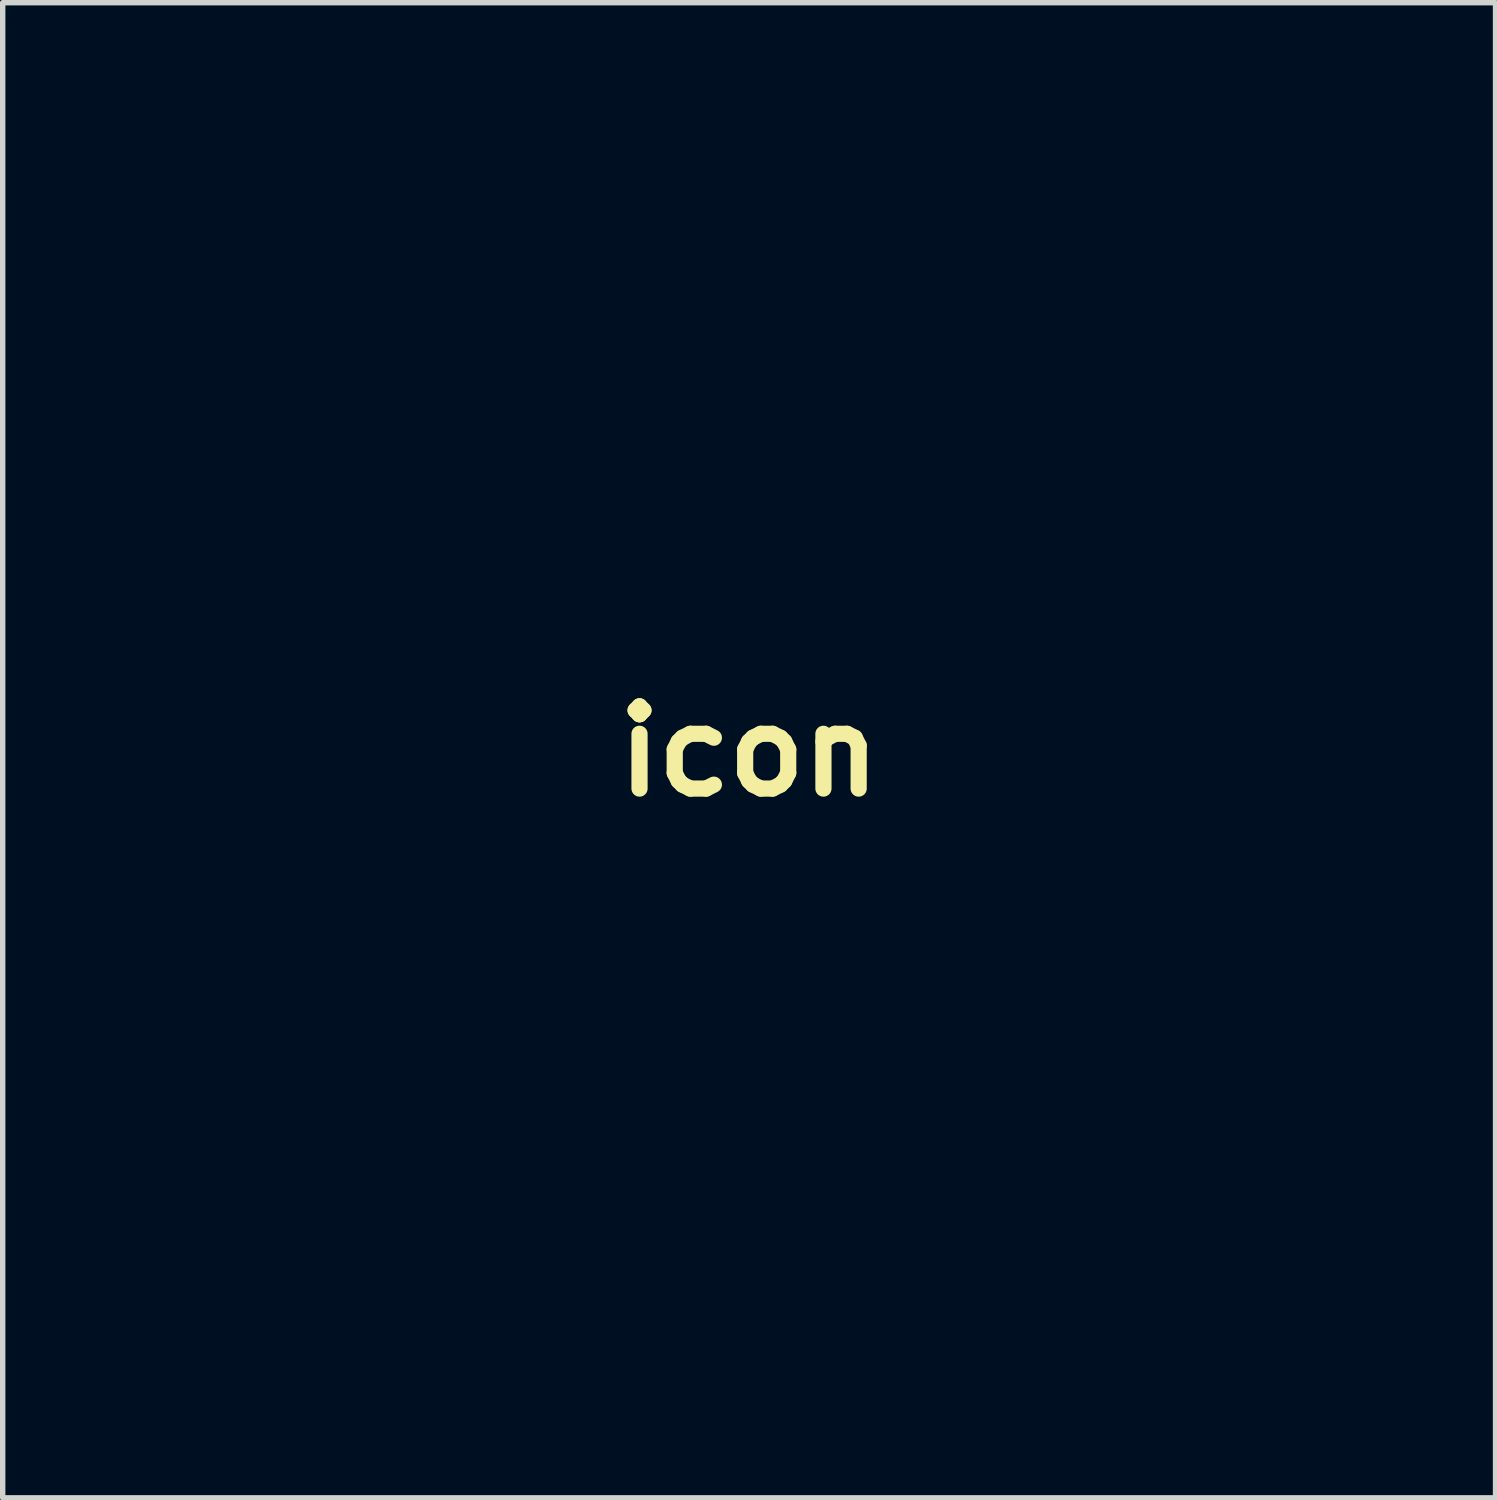
<source format=kicad_pcb>
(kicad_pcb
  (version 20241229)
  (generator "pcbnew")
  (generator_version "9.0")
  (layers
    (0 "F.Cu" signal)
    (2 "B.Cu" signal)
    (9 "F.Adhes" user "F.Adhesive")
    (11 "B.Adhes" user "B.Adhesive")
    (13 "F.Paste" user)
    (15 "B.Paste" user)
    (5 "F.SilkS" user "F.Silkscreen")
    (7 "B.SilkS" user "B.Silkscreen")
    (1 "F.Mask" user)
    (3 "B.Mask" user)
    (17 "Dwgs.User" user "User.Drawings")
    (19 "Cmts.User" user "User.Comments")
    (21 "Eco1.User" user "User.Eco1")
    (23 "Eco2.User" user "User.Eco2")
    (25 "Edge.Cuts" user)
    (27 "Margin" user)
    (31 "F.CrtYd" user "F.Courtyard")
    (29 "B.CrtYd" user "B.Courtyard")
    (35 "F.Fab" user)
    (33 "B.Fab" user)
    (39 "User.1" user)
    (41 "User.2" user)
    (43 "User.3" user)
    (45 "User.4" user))
  (footprint "icon"
    (layer "F.Cu")
    (at 10.842 10.885)
    (property "Reference" "icon" (at 0 0 0) (layer "F.SilkS") (effects (font (size 1.524 1.524) (thickness 0.3))))
    (attr through_hole)
    (fp_poly (pts (xy -10.753 -7.916) (xy -10.795 -7.874) (xy -10.837 -7.916) (xy -10.795 -7.959) (xy -10.753 -7.916)) (stroke (width 0.01) (type solid)) (fill no) (layer "Eco2.User"))
    (fp_poly (pts (xy -10.753 -6.223) (xy -10.795 -6.181) (xy -10.837 -6.223) (xy -10.795 -6.265) (xy -10.753 -6.223)) (stroke (width 0.01) (type solid)) (fill no) (layer "Eco2.User"))
    (fp_poly (pts (xy -10.668 -7.07) (xy -10.71 -7.027) (xy -10.753 -7.07) (xy -10.71 -7.112) (xy -10.668 -7.07)) (stroke (width 0.01) (type solid)) (fill no) (layer "Eco2.User"))
    (fp_poly (pts (xy -10.499 -7.154) (xy -10.541 -7.112) (xy -10.583 -7.154) (xy -10.541 -7.197) (xy -10.499 -7.154)) (stroke (width 0.01) (type solid)) (fill no) (layer "Eco2.User"))
    (fp_poly (pts (xy -10.329 -7.239) (xy -10.372 -7.197) (xy -10.414 -7.239) (xy -10.372 -7.281) (xy -10.329 -7.239)) (stroke (width 0.01) (type solid)) (fill no) (layer "Eco2.User"))
    (fp_poly (pts (xy -10.075 -7.324) (xy -10.118 -7.281) (xy -10.16 -7.324) (xy -10.118 -7.366) (xy -10.075 -7.324)) (stroke (width 0.01) (type solid)) (fill no) (layer "Eco2.User"))
    (fp_poly (pts (xy -9.737 -7.408) (xy -9.779 -7.366) (xy -9.821 -7.408) (xy -9.779 -7.451) (xy -9.737 -7.408)) (stroke (width 0.01) (type solid)) (fill no) (layer "Eco2.User"))
    (fp_poly (pts (xy -9.229 -8.255) (xy -9.271 -8.213) (xy -9.313 -8.255) (xy -9.271 -8.297) (xy -9.229 -8.255)) (stroke (width 0.01) (type solid)) (fill no) (layer "Eco2.User"))
    (fp_poly (pts (xy -8.467 -8.255) (xy -8.509 -8.213) (xy -8.551 -8.255) (xy -8.509 -8.297) (xy -8.467 -8.255)) (stroke (width 0.01) (type solid)) (fill no) (layer "Eco2.User"))
    (fp_poly (pts (xy -8.128 -2.921) (xy -8.17 -2.879) (xy -8.213 -2.921) (xy -8.17 -2.963) (xy -8.128 -2.921)) (stroke (width 0.01) (type solid)) (fill no) (layer "Eco2.User"))
    (fp_poly (pts (xy -7.451 -6.562) (xy -7.493 -6.519) (xy -7.535 -6.562) (xy -7.493 -6.604) (xy -7.451 -6.562)) (stroke (width 0.01) (type solid)) (fill no) (layer "Eco2.User"))
    (fp_poly (pts (xy -7.366 2.244) (xy -7.408 2.286) (xy -7.451 2.244) (xy -7.408 2.201) (xy -7.366 2.244)) (stroke (width 0.01) (type solid)) (fill no) (layer "Eco2.User"))
    (fp_poly (pts (xy -6.265 -3.598) (xy -6.308 -3.556) (xy -6.35 -3.598) (xy -6.308 -3.641) (xy -6.265 -3.598)) (stroke (width 0.01) (type solid)) (fill no) (layer "Eco2.User"))
    (fp_poly (pts (xy -6.096 -3.683) (xy -6.138 -3.641) (xy -6.181 -3.683) (xy -6.138 -3.725) (xy -6.096 -3.683)) (stroke (width 0.01) (type solid)) (fill no) (layer "Eco2.User"))
    (fp_poly (pts (xy -4.741 -0.55) (xy -4.784 -0.508) (xy -4.826 -0.55) (xy -4.784 -0.593) (xy -4.741 -0.55)) (stroke (width 0.01) (type solid)) (fill no) (layer "Eco2.User"))
    (fp_poly (pts (xy -3.895 -2.413) (xy -3.937 -2.371) (xy -3.979 -2.413) (xy -3.937 -2.455) (xy -3.895 -2.413)) (stroke (width 0.01) (type solid)) (fill no) (layer "Eco2.User"))
    (fp_poly (pts (xy -2.709 -2.413) (xy -2.752 -2.371) (xy -2.794 -2.413) (xy -2.752 -2.455) (xy -2.709 -2.413)) (stroke (width 0.01) (type solid)) (fill no) (layer "Eco2.User"))
    (fp_poly (pts (xy -2.709 -0.635) (xy -2.752 -0.593) (xy -2.794 -0.635) (xy -2.752 -0.677) (xy -2.709 -0.635)) (stroke (width 0.01) (type solid)) (fill no) (layer "Eco2.User"))
    (fp_poly (pts (xy -2.286 -0.72) (xy -2.328 -0.677) (xy -2.371 -0.72) (xy -2.328 -0.762) (xy -2.286 -0.72)) (stroke (width 0.01) (type solid)) (fill no) (layer "Eco2.User"))
    (fp_poly (pts (xy -2.117 -0.804) (xy -2.159 -0.762) (xy -2.201 -0.804) (xy -2.159 -0.847) (xy -2.117 -0.804)) (stroke (width 0.01) (type solid)) (fill no) (layer "Eco2.User"))
    (fp_poly (pts (xy -1.947 -0.889) (xy -1.99 -0.847) (xy -2.032 -0.889) (xy -1.99 -0.931) (xy -1.947 -0.889)) (stroke (width 0.01) (type solid)) (fill no) (layer "Eco2.User"))
    (fp_poly (pts (xy -1.947 10.118) (xy -1.99 10.16) (xy -2.032 10.118) (xy -1.99 10.075) (xy -1.947 10.118)) (stroke (width 0.01) (type solid)) (fill no) (layer "Eco2.User"))
    (fp_poly (pts (xy -0.847 10.795) (xy -0.889 10.837) (xy -0.931 10.795) (xy -0.889 10.753) (xy -0.847 10.795)) (stroke (width 0.01) (type solid)) (fill no) (layer "Eco2.User"))
    (fp_poly (pts (xy -0.762 10.541) (xy -0.804 10.583) (xy -0.847 10.541) (xy -0.804 10.499) (xy -0.762 10.541)) (stroke (width 0.01) (type solid)) (fill no) (layer "Eco2.User"))
    (fp_poly (pts (xy -0.508 10.795) (xy -0.55 10.837) (xy -0.593 10.795) (xy -0.55 10.753) (xy -0.508 10.795)) (stroke (width 0.01) (type solid)) (fill no) (layer "Eco2.User"))
    (fp_poly (pts (xy 0.254 10.541) (xy 0.212 10.583) (xy 0.169 10.541) (xy 0.212 10.499) (xy 0.254 10.541)) (stroke (width 0.01) (type solid)) (fill no) (layer "Eco2.User"))
    (fp_poly (pts (xy 1.101 9.44) (xy 1.058 9.483) (xy 1.016 9.44) (xy 1.058 9.398) (xy 1.101 9.44)) (stroke (width 0.01) (type solid)) (fill no) (layer "Eco2.User"))
    (fp_poly (pts (xy 1.863 10.202) (xy 1.82 10.245) (xy 1.778 10.202) (xy 1.82 10.16) (xy 1.863 10.202)) (stroke (width 0.01) (type solid)) (fill no) (layer "Eco2.User"))
    (fp_poly (pts (xy 2.201 9.356) (xy 2.159 9.398) (xy 2.117 9.356) (xy 2.159 9.313) (xy 2.201 9.356)) (stroke (width 0.01) (type solid)) (fill no) (layer "Eco2.User"))
    (fp_poly (pts (xy 3.133 9.356) (xy 3.09 9.398) (xy 3.048 9.356) (xy 3.09 9.313) (xy 3.133 9.356)) (stroke (width 0.01) (type solid)) (fill no) (layer "Eco2.User"))
    (fp_poly (pts (xy 3.302 8.509) (xy 3.26 8.551) (xy 3.217 8.509) (xy 3.26 8.467) (xy 3.302 8.509)) (stroke (width 0.01) (type solid)) (fill no) (layer "Eco2.User"))
    (fp_poly (pts (xy 6.265 10.626) (xy 6.223 10.668) (xy 6.181 10.626) (xy 6.223 10.583) (xy 6.265 10.626)) (stroke (width 0.01) (type solid)) (fill no) (layer "Eco2.User"))
    (fp_poly (pts (xy -10.527 -8.015) (xy -10.539 -7.965) (xy -10.583 -7.959) (xy -10.653 -7.99) (xy -10.64 -8.015) (xy -10.539 -8.025) (xy -10.527 -8.015)) (stroke (width 0.01) (type solid)) (fill no) (layer "Eco2.User"))
    (fp_poly (pts (xy -10.273 -8.1) (xy -10.285 -8.049) (xy -10.329 -8.043) (xy -10.399 -8.074) (xy -10.386 -8.1) (xy -10.285 -8.11) (xy -10.273 -8.1)) (stroke (width 0.01) (type solid)) (fill no) (layer "Eco2.User"))
    (fp_poly (pts (xy -9.929 -8.179) (xy -9.954 -8.141) (xy -10.04 -8.135) (xy -10.13 -8.155) (xy -10.091 -8.186) (xy -9.959 -8.196) (xy -9.929 -8.179)) (stroke (width 0.01) (type solid)) (fill no) (layer "Eco2.User"))
    (fp_poly (pts (xy -9.596 -8.269) (xy -9.607 -8.219) (xy -9.652 -8.213) (xy -9.722 -8.244) (xy -9.708 -8.269) (xy -9.608 -8.279) (xy -9.596 -8.269)) (stroke (width 0.01) (type solid)) (fill no) (layer "Eco2.User"))
    (fp_poly (pts (xy -9.336 -7.502) (xy -9.362 -7.463) (xy -9.447 -7.457) (xy -9.538 -7.478) (xy -9.499 -7.509) (xy -9.366 -7.519) (xy -9.336 -7.502)) (stroke (width 0.01) (type solid)) (fill no) (layer "Eco2.User"))
    (fp_poly (pts (xy -9.003 -5.052) (xy -9.015 -5.001) (xy -9.059 -4.995) (xy -9.129 -5.026) (xy -9.116 -5.052) (xy -9.015 -5.062) (xy -9.003 -5.052)) (stroke (width 0.01) (type solid)) (fill no) (layer "Eco2.User"))
    (fp_poly (pts (xy -8.326 -2.85) (xy -8.337 -2.8) (xy -8.382 -2.794) (xy -8.452 -2.825) (xy -8.438 -2.85) (xy -8.338 -2.861) (xy -8.326 -2.85)) (stroke (width 0.01) (type solid)) (fill no) (layer "Eco2.User"))
    (fp_poly (pts (xy -8.156 -8.269) (xy -8.168 -8.219) (xy -8.213 -8.213) (xy -8.282 -8.244) (xy -8.269 -8.269) (xy -8.169 -8.279) (xy -8.156 -8.269)) (stroke (width 0.01) (type solid)) (fill no) (layer "Eco2.User"))
    (fp_poly (pts (xy -8.156 -7.168) (xy -8.146 -7.068) (xy -8.156 -7.056) (xy -8.207 -7.067) (xy -8.213 -7.112) (xy -8.182 -7.182) (xy -8.156 -7.168)) (stroke (width 0.01) (type solid)) (fill no) (layer "Eco2.User"))
    (fp_poly (pts (xy -7.902 -3.02) (xy -7.914 -2.969) (xy -7.959 -2.963) (xy -8.028 -2.994) (xy -8.015 -3.02) (xy -7.915 -3.03) (xy -7.902 -3.02)) (stroke (width 0.01) (type solid)) (fill no) (layer "Eco2.User"))
    (fp_poly (pts (xy -7.14 -1.58) (xy -7.152 -1.53) (xy -7.197 -1.524) (xy -7.266 -1.555) (xy -7.253 -1.58) (xy -7.153 -1.591) (xy -7.14 -1.58)) (stroke (width 0.01) (type solid)) (fill no) (layer "Eco2.User"))
    (fp_poly (pts (xy -7.14 2.145) (xy -7.152 2.195) (xy -7.197 2.201) (xy -7.266 2.17) (xy -7.253 2.145) (xy -7.153 2.135) (xy -7.14 2.145)) (stroke (width 0.01) (type solid)) (fill no) (layer "Eco2.User"))
    (fp_poly (pts (xy -7.091 -5.305) (xy -7.08 -5.275) (xy -7.197 -5.263) (xy -7.317 -5.276) (xy -7.303 -5.305) (xy -7.129 -5.317) (xy -7.091 -5.305)) (stroke (width 0.01) (type solid)) (fill no) (layer "Eco2.User"))
    (fp_poly (pts (xy -6.971 -7.168) (xy -6.961 -7.068) (xy -6.971 -7.056) (xy -7.021 -7.067) (xy -7.027 -7.112) (xy -6.996 -7.182) (xy -6.971 -7.168)) (stroke (width 0.01) (type solid)) (fill no) (layer "Eco2.User"))
    (fp_poly (pts (xy -6.886 2.06) (xy -6.898 2.111) (xy -6.943 2.117) (xy -7.012 2.086) (xy -6.999 2.06) (xy -6.899 2.05) (xy -6.886 2.06)) (stroke (width 0.01) (type solid)) (fill no) (layer "Eco2.User"))
    (fp_poly (pts (xy -6.632 1.976) (xy -6.644 2.026) (xy -6.689 2.032) (xy -6.758 2.001) (xy -6.745 1.976) (xy -6.645 1.965) (xy -6.632 1.976)) (stroke (width 0.01) (type solid)) (fill no) (layer "Eco2.User"))
    (fp_poly (pts (xy -6.463 -3.528) (xy -6.475 -3.477) (xy -6.519 -3.471) (xy -6.589 -3.502) (xy -6.576 -3.528) (xy -6.475 -3.538) (xy -6.463 -3.528)) (stroke (width 0.01) (type solid)) (fill no) (layer "Eco2.User"))
    (fp_poly (pts (xy -6.119 -1.406) (xy -6.144 -1.367) (xy -6.23 -1.361) (xy -6.32 -1.382) (xy -6.281 -1.413) (xy -6.149 -1.423) (xy -6.119 -1.406)) (stroke (width 0.01) (type solid)) (fill no) (layer "Eco2.User"))
    (fp_poly (pts (xy -5.616 -5.39) (xy -5.628 -5.34) (xy -5.673 -5.334) (xy -5.742 -5.365) (xy -5.729 -5.39) (xy -5.629 -5.401) (xy -5.616 -5.39)) (stroke (width 0.01) (type solid)) (fill no) (layer "Eco2.User"))
    (fp_poly (pts (xy -5.482 -1.326) (xy -5.472 -1.295) (xy -5.588 -1.283) (xy -5.708 -1.297) (xy -5.694 -1.326) (xy -5.52 -1.337) (xy -5.482 -1.326)) (stroke (width 0.01) (type solid)) (fill no) (layer "Eco2.User"))
    (fp_poly (pts (xy -4.177 -3.189) (xy -4.189 -3.139) (xy -4.233 -3.133) (xy -4.303 -3.164) (xy -4.29 -3.189) (xy -4.189 -3.199) (xy -4.177 -3.189)) (stroke (width 0.01) (type solid)) (fill no) (layer "Eco2.User"))
    (fp_poly (pts (xy -3.789 -3.273) (xy -3.778 -3.243) (xy -3.895 -3.231) (xy -4.015 -3.244) (xy -4 -3.273) (xy -3.827 -3.285) (xy -3.789 -3.273)) (stroke (width 0.01) (type solid)) (fill no) (layer "Eco2.User"))
    (fp_poly (pts (xy -3.246 -0.564) (xy -3.257 -0.514) (xy -3.302 -0.508) (xy -3.372 -0.539) (xy -3.358 -0.564) (xy -3.258 -0.575) (xy -3.246 -0.564)) (stroke (width 0.01) (type solid)) (fill no) (layer "Eco2.User"))
    (fp_poly (pts (xy -2.857 -3.273) (xy -2.847 -3.243) (xy -2.963 -3.231) (xy -3.084 -3.244) (xy -3.069 -3.273) (xy -2.896 -3.285) (xy -2.857 -3.273)) (stroke (width 0.01) (type solid)) (fill no) (layer "Eco2.User"))
    (fp_poly (pts (xy -0.79 10.273) (xy -0.78 10.373) (xy -0.79 10.386) (xy -0.841 10.374) (xy -0.847 10.329) (xy -0.816 10.26) (xy -0.79 10.273)) (stroke (width 0.01) (type solid)) (fill no) (layer "Eco2.User"))
    (fp_poly (pts (xy -0.706 10.019) (xy -0.695 10.119) (xy -0.706 10.132) (xy -0.756 10.12) (xy -0.762 10.075) (xy -0.731 10.006) (xy -0.706 10.019)) (stroke (width 0.01) (type solid)) (fill no) (layer "Eco2.User"))
    (fp_poly (pts (xy -0.536 10.442) (xy -0.526 10.543) (xy -0.536 10.555) (xy -0.587 10.543) (xy -0.593 10.499) (xy -0.562 10.429) (xy -0.536 10.442)) (stroke (width 0.01) (type solid)) (fill no) (layer "Eco2.User"))
    (fp_poly (pts (xy 0.056 10.696) (xy 0.067 10.797) (xy 0.056 10.809) (xy 0.006 10.797) (xy 0 10.753) (xy 0.031 10.683) (xy 0.056 10.696)) (stroke (width 0.01) (type solid)) (fill no) (layer "Eco2.User"))
    (fp_poly (pts (xy 0.564 9.765) (xy 0.575 9.865) (xy 0.564 9.878) (xy 0.514 9.866) (xy 0.508 9.821) (xy 0.539 9.752) (xy 0.564 9.765)) (stroke (width 0.01) (type solid)) (fill no) (layer "Eco2.User"))
    (fp_poly (pts (xy 0.649 5.447) (xy 0.637 5.497) (xy 0.593 5.503) (xy 0.523 5.472) (xy 0.536 5.447) (xy 0.637 5.437) (xy 0.649 5.447)) (stroke (width 0.01) (type solid)) (fill no) (layer "Eco2.User"))
    (fp_poly (pts (xy 1.157 9.68) (xy 1.145 9.731) (xy 1.101 9.737) (xy 1.031 9.706) (xy 1.044 9.68) (xy 1.145 9.67) (xy 1.157 9.68)) (stroke (width 0.01) (type solid)) (fill no) (layer "Eco2.User"))
    (fp_poly (pts (xy 2.088 10.104) (xy 2.077 10.154) (xy 2.032 10.16) (xy 1.962 10.129) (xy 1.976 10.104) (xy 2.076 10.093) (xy 2.088 10.104)) (stroke (width 0.01) (type solid)) (fill no) (layer "Eco2.User"))
    (fp_poly (pts (xy 5.814 10.781) (xy 5.802 10.831) (xy 5.757 10.837) (xy 5.688 10.806) (xy 5.701 10.781) (xy 5.801 10.771) (xy 5.814 10.781)) (stroke (width 0.01) (type solid)) (fill no) (layer "Eco2.User"))
    (fp_poly (pts (xy 6.068 10.696) (xy 6.056 10.747) (xy 6.011 10.753) (xy 5.942 10.722) (xy 5.955 10.696) (xy 6.055 10.686) (xy 6.068 10.696)) (stroke (width 0.01) (type solid)) (fill no) (layer "Eco2.User"))
    (fp_poly (pts (xy -8.188 -7.474) (xy -8.17 -7.451) (xy -8.141 -7.375) (xy -8.221 -7.403) (xy -8.297 -7.451) (xy -8.362 -7.519) (xy -8.323 -7.534) (xy -8.188 -7.474)) (stroke (width 0.01) (type solid)) (fill no) (layer "Eco2.User"))
    (fp_poly (pts (xy -6.678 -3.359) (xy -6.622 -3.219) (xy -6.628 -3.165) (xy -6.686 -3.195) (xy -6.721 -3.263) (xy -6.769 -3.424) (xy -6.749 -3.456) (xy -6.678 -3.359)) (stroke (width 0.01) (type solid)) (fill no) (layer "Eco2.User"))
    (fp_poly (pts (xy -5.256 -1.617) (xy -5.182 -1.52) (xy -5.111 -1.381) (xy -5.143 -1.372) (xy -5.251 -1.484) (xy -5.323 -1.605) (xy -5.322 -1.649) (xy -5.256 -1.617)) (stroke (width 0.01) (type solid)) (fill no) (layer "Eco2.User"))
    (fp_poly (pts (xy 1.437 9.883) (xy 1.469 9.945) (xy 1.49 10.064) (xy 1.433 10.041) (xy 1.394 9.985) (xy 1.367 9.874) (xy 1.378 9.854) (xy 1.437 9.883)) (stroke (width 0.01) (type solid)) (fill no) (layer "Eco2.User"))
    (fp_poly (pts (xy 2.617 8.838) (xy 2.67 8.965) (xy 2.628 9.015) (xy 2.529 8.998) (xy 2.487 8.934) (xy 2.463 8.785) (xy 2.529 8.762) (xy 2.617 8.838)) (stroke (width 0.01) (type solid)) (fill no) (layer "Eco2.User"))
    (fp_poly (pts (xy 2.666 9.907) (xy 2.576 9.977) (xy 2.479 9.989) (xy 2.455 9.957) (xy 2.522 9.903) (xy 2.587 9.874) (xy 2.674 9.868) (xy 2.666 9.907)) (stroke (width 0.01) (type solid)) (fill no) (layer "Eco2.User"))
    (fp_poly (pts (xy 3.712 8.501) (xy 3.803 8.586) (xy 3.784 8.635) (xy 3.773 8.636) (xy 3.701 8.576) (xy 3.675 8.538) (xy 3.665 8.48) (xy 3.712 8.501)) (stroke (width 0.01) (type solid)) (fill no) (layer "Eco2.User"))
    (fp_poly (pts (xy 3.848 1.83) (xy 3.967 1.899) (xy 3.947 1.943) (xy 3.9 1.947) (xy 3.785 1.886) (xy 3.768 1.864) (xy 3.782 1.816) (xy 3.848 1.83)) (stroke (width 0.01) (type solid)) (fill no) (layer "Eco2.User"))
    (fp_poly (pts (xy 6.561 10.5) (xy 6.471 10.57) (xy 6.373 10.582) (xy 6.35 10.55) (xy 6.416 10.496) (xy 6.481 10.466) (xy 6.569 10.46) (xy 6.561 10.5)) (stroke (width 0.01) (type solid)) (fill no) (layer "Eco2.User"))
    (fp_poly (pts (xy -8.656 -7.594) (xy -8.636 -7.571) (xy -8.758 -7.558) (xy -8.848 -7.557) (xy -9.012 -7.565) (xy -9.037 -7.584) (xy -8.995 -7.595) (xy -8.774 -7.609) (xy -8.656 -7.594)) (stroke (width 0.01) (type solid)) (fill no) (layer "Eco2.User"))
    (fp_poly (pts (xy -7.061 -6.89) (xy -7.154 -6.773) (xy -7.282 -6.648) (xy -7.35 -6.604) (xy -7.333 -6.657) (xy -7.239 -6.773) (xy -7.112 -6.899) (xy -7.043 -6.943) (xy -7.061 -6.89)) (stroke (width 0.01) (type solid)) (fill no) (layer "Eco2.User"))
    (fp_poly (pts (xy -6.885 -2.841) (xy -6.943 -2.794) (xy -7.097 -2.722) (xy -7.154 -2.712) (xy -7.169 -2.747) (xy -7.112 -2.794) (xy -6.958 -2.866) (xy -6.9 -2.876) (xy -6.885 -2.841)) (stroke (width 0.01) (type solid)) (fill no) (layer "Eco2.User"))
    (fp_poly (pts (xy -6.631 -2.993) (xy -6.646 -2.963) (xy -6.726 -2.882) (xy -6.741 -2.879) (xy -6.747 -2.933) (xy -6.731 -2.963) (xy -6.651 -3.044) (xy -6.636 -3.048) (xy -6.631 -2.993)) (stroke (width 0.01) (type solid)) (fill no) (layer "Eco2.User"))
    (fp_poly (pts (xy -6.625 -1.498) (xy -6.599 -1.473) (xy -6.716 -1.46) (xy -6.773 -1.459) (xy -6.927 -1.468) (xy -6.946 -1.49) (xy -6.921 -1.498) (xy -6.707 -1.511) (xy -6.625 -1.498)) (stroke (width 0.01) (type solid)) (fill no) (layer "Eco2.User"))
    (fp_poly (pts (xy -6.412 -4.628) (xy -6.409 -4.6) (xy -6.542 -4.588) (xy -6.562 -4.589) (xy -6.693 -4.601) (xy -6.68 -4.626) (xy -6.666 -4.631) (xy -6.481 -4.643) (xy -6.412 -4.628)) (stroke (width 0.01) (type solid)) (fill no) (layer "Eco2.User"))
    (fp_poly (pts (xy -6.329 -5.309) (xy -6.289 -5.288) (xy -6.395 -5.275) (xy -6.519 -5.272) (xy -6.702 -5.279) (xy -6.753 -5.296) (xy -6.71 -5.309) (xy -6.463 -5.323) (xy -6.329 -5.309)) (stroke (width 0.01) (type solid)) (fill no) (layer "Eco2.User"))
    (fp_poly (pts (xy -5.36 -2.265) (xy -5.347 -2.05) (xy -5.36 -1.968) (xy -5.385 -1.942) (xy -5.398 -2.059) (xy -5.399 -2.117) (xy -5.39 -2.271) (xy -5.368 -2.289) (xy -5.36 -2.265)) (stroke (width 0.01) (type solid)) (fill no) (layer "Eco2.User"))
    (fp_poly (pts (xy -5.016 -5.392) (xy -4.99 -5.368) (xy -5.107 -5.354) (xy -5.165 -5.354) (xy -5.319 -5.362) (xy -5.337 -5.384) (xy -5.313 -5.392) (xy -5.098 -5.406) (xy -5.016 -5.392)) (stroke (width 0.01) (type solid)) (fill no) (layer "Eco2.User"))
    (fp_poly (pts (xy -4.888 -4.712) (xy -4.885 -4.684) (xy -5.018 -4.673) (xy -5.038 -4.673) (xy -5.169 -4.685) (xy -5.156 -4.711) (xy -5.142 -4.715) (xy -4.957 -4.728) (xy -4.888 -4.712)) (stroke (width 0.01) (type solid)) (fill no) (layer "Eco2.User"))
    (fp_poly (pts (xy -2.451 -2.225) (xy -2.326 -2.087) (xy -2.289 -2.003) (xy -2.291 -2) (xy -2.359 -2.036) (xy -2.476 -2.17) (xy -2.489 -2.188) (xy -2.649 -2.413) (xy -2.451 -2.225)) (stroke (width 0.01) (type solid)) (fill no) (layer "Eco2.User"))
    (fp_poly (pts (xy -1.72 -1.046) (xy -1.736 -1.016) (xy -1.815 -0.935) (xy -1.83 -0.931) (xy -1.836 -0.986) (xy -1.82 -1.016) (xy -1.741 -1.097) (xy -1.726 -1.101) (xy -1.72 -1.046)) (stroke (width 0.01) (type solid)) (fill no) (layer "Eco2.User"))
    (fp_poly (pts (xy -1.466 -1.215) (xy -1.482 -1.185) (xy -1.561 -1.104) (xy -1.576 -1.101) (xy -1.582 -1.155) (xy -1.566 -1.185) (xy -1.487 -1.266) (xy -1.472 -1.27) (xy -1.466 -1.215)) (stroke (width 0.01) (type solid)) (fill no) (layer "Eco2.User"))
    (fp_poly (pts (xy -1.418 5.582) (xy -1.241 5.747) (xy -1.186 5.827) (xy -1.213 5.842) (xy -1.281 5.785) (xy -1.414 5.645) (xy -1.446 5.609) (xy -1.651 5.376) (xy -1.418 5.582)) (stroke (width 0.01) (type solid)) (fill no) (layer "Eco2.User"))
    (fp_poly (pts (xy -0.379 -10.604) (xy -0.495 -10.395) (xy -0.569 -10.331) (xy -0.593 -10.405) (xy -0.542 -10.516) (xy -0.42 -10.679) (xy -0.419 -10.68) (xy -0.246 -10.88) (xy -0.379 -10.604)) (stroke (width 0.01) (type solid)) (fill no) (layer "Eco2.User"))
    (fp_poly (pts (xy -0.198 10.72) (xy -0.212 10.753) (xy -0.288 10.833) (xy -0.301 10.837) (xy -0.338 10.772) (xy -0.339 10.753) (xy -0.274 10.671) (xy -0.249 10.668) (xy -0.198 10.72)) (stroke (width 0.01) (type solid)) (fill no) (layer "Eco2.User"))
    (fp_poly (pts (xy 0.896 9.438) (xy 0.889 9.483) (xy 0.817 9.563) (xy 0.804 9.567) (xy 0.737 9.508) (xy 0.72 9.483) (xy 0.74 9.411) (xy 0.804 9.398) (xy 0.896 9.438)) (stroke (width 0.01) (type solid)) (fill no) (layer "Eco2.User"))
    (fp_poly (pts (xy 0.909 10.212) (xy 0.847 10.329) (xy 0.781 10.409) (xy 0.764 10.332) (xy 0.763 10.313) (xy 0.806 10.16) (xy 0.847 10.118) (xy 0.921 10.111) (xy 0.909 10.212)) (stroke (width 0.01) (type solid)) (fill no) (layer "Eco2.User"))
    (fp_poly (pts (xy 1.201 10.223) (xy 1.226 10.243) (xy 1.343 10.362) (xy 1.316 10.411) (xy 1.279 10.414) (xy 1.188 10.346) (xy 1.15 10.275) (xy 1.128 10.184) (xy 1.201 10.223)) (stroke (width 0.01) (type solid)) (fill no) (layer "Eco2.User"))
    (fp_poly (pts (xy 2.996 9.614) (xy 3.048 9.663) (xy 2.975 9.718) (xy 2.836 9.737) (xy 2.677 9.711) (xy 2.625 9.663) (xy 2.697 9.607) (xy 2.836 9.588) (xy 2.996 9.614)) (stroke (width 0.01) (type solid)) (fill no) (layer "Eco2.User"))
    (fp_poly (pts (xy 3.372 9.528) (xy 3.387 9.567) (xy 3.318 9.642) (xy 3.26 9.652) (xy 3.147 9.606) (xy 3.133 9.567) (xy 3.201 9.492) (xy 3.26 9.483) (xy 3.372 9.528)) (stroke (width 0.01) (type solid)) (fill no) (layer "Eco2.User"))
    (fp_poly (pts (xy 6.287 8.714) (xy 6.463 8.88) (xy 6.518 8.96) (xy 6.492 8.975) (xy 6.424 8.918) (xy 6.291 8.778) (xy 6.259 8.742) (xy 6.054 8.509) (xy 6.287 8.714)) (stroke (width 0.01) (type solid)) (fill no) (layer "Eco2.User"))
    (fp_poly (pts (xy 7.023 10.044) (xy 6.995 10.119) (xy 6.876 10.255) (xy 6.862 10.268) (xy 6.664 10.456) (xy 6.825 10.232) (xy 6.944 10.089) (xy 7.019 10.041) (xy 7.023 10.044)) (stroke (width 0.01) (type solid)) (fill no) (layer "Eco2.User"))
    (fp_poly (pts (xy -8.395 -5.236) (xy -8.433 -5.199) (xy -8.623 -5.144) (xy -8.678 -5.132) (xy -8.834 -5.106) (xy -8.84 -5.135) (xy -8.805 -5.161) (xy -8.611 -5.237) (xy -8.516 -5.248) (xy -8.395 -5.236)) (stroke (width 0.01) (type solid)) (fill no) (layer "Eco2.User"))
    (fp_poly (pts (xy -8.086 -6.753) (xy -8.001 -6.691) (xy -7.858 -6.587) (xy -7.796 -6.543) (xy -7.824 -6.52) (xy -7.85 -6.519) (xy -7.967 -6.579) (xy -8.054 -6.668) (xy -8.126 -6.767) (xy -8.086 -6.753)) (stroke (width 0.01) (type solid)) (fill no) (layer "Eco2.User"))
    (fp_poly (pts (xy -7.644 -2.999) (xy -7.474 -2.879) (xy -7.349 -2.766) (xy -7.327 -2.713) (xy -7.333 -2.712) (xy -7.446 -2.764) (xy -7.608 -2.881) (xy -7.738 -3.005) (xy -7.743 -3.044) (xy -7.644 -2.999)) (stroke (width 0.01) (type solid)) (fill no) (layer "Eco2.User"))
    (fp_poly (pts (xy -5.292 10.604) (xy -5.207 10.665) (xy -5.064 10.769) (xy -5.002 10.813) (xy -5.03 10.836) (xy -5.056 10.837) (xy -5.173 10.777) (xy -5.26 10.689) (xy -5.332 10.59) (xy -5.292 10.604)) (stroke (width 0.01) (type solid)) (fill no) (layer "Eco2.User"))
    (fp_poly (pts (xy -4.932 2.069) (xy -4.765 2.225) (xy -4.667 2.327) (xy -4.657 2.344) (xy -4.683 2.366) (xy -4.776 2.29) (xy -4.955 2.099) (xy -4.958 2.095) (xy -5.207 1.82) (xy -4.932 2.069)) (stroke (width 0.01) (type solid)) (fill no) (layer "Eco2.User"))
    (fp_poly (pts (xy -1.194 -1.858) (xy -1.239 -1.622) (xy -1.319 -1.477) (xy -1.395 -1.395) (xy -1.39 -1.432) (xy -1.326 -1.598) (xy -1.265 -1.813) (xy -1.222 -1.978) (xy -1.203 -1.985) (xy -1.194 -1.858)) (stroke (width 0.01) (type solid)) (fill no) (layer "Eco2.User"))
    (fp_poly (pts (xy -0.149 10.265) (xy -0.012 10.358) (xy 0 10.372) (xy 0.058 10.462) (xy 0.001 10.482) (xy -0.191 10.44) (xy -0.316 10.371) (xy -0.339 10.323) (xy -0.28 10.251) (xy -0.149 10.265)) (stroke (width 0.01) (type solid)) (fill no) (layer "Eco2.User"))
    (fp_poly (pts (xy 2.561 4.906) (xy 2.768 5.101) (xy 2.864 5.208) (xy 2.868 5.247) (xy 2.853 5.249) (xy 2.786 5.193) (xy 2.644 5.048) (xy 2.535 4.932) (xy 2.244 4.614) (xy 2.561 4.906)) (stroke (width 0.01) (type solid)) (fill no) (layer "Eco2.User"))
    (fp_poly (pts (xy 2.957 9.094) (xy 3.007 9.205) (xy 2.913 9.295) (xy 2.889 9.308) (xy 2.765 9.356) (xy 2.743 9.282) (xy 2.754 9.218) (xy 2.804 9.038) (xy 2.871 9.011) (xy 2.957 9.094)) (stroke (width 0.01) (type solid)) (fill no) (layer "Eco2.User"))
    (fp_poly (pts (xy 3.064 8.595) (xy 3.076 8.613) (xy 3.048 8.706) (xy 2.937 8.802) (xy 2.81 8.875) (xy 2.81 8.844) (xy 2.876 8.755) (xy 2.977 8.621) (xy 3.016 8.567) (xy 3.064 8.595)) (stroke (width 0.01) (type solid)) (fill no) (layer "Eco2.User"))
    (fp_poly (pts (xy -4.085 -2.33) (xy -4.118 -2.286) (xy -4.222 -2.093) (xy -4.257 -1.99) (xy -4.29 -1.874) (xy -4.303 -1.922) (xy -4.308 -2) (xy -4.254 -2.196) (xy -4.17 -2.297) (xy -4.07 -2.369) (xy -4.085 -2.33)) (stroke (width 0.01) (type solid)) (fill no) (layer "Eco2.User"))
    (fp_poly (pts (xy -0.475 9.886) (xy -0.4 10.033) (xy -0.427 10.163) (xy -0.487 10.226) (xy -0.506 10.137) (xy -0.507 10.104) (xy -0.551 9.939) (xy -0.614 9.877) (xy -0.663 9.837) (xy -0.624 9.828) (xy -0.475 9.886)) (stroke (width 0.01) (type solid)) (fill no) (layer "Eco2.User"))
    (fp_poly (pts (xy 3.461 8.497) (xy 3.556 8.594) (xy 3.609 8.687) (xy 3.526 8.715) (xy 3.461 8.714) (xy 3.347 8.695) (xy 3.366 8.664) (xy 3.435 8.581) (xy 3.425 8.544) (xy 3.4 8.47) (xy 3.461 8.497)) (stroke (width 0.01) (type solid)) (fill no) (layer "Eco2.User"))
    (fp_poly (pts (xy -10.419 -6.213) (xy -10.28 -6.088) (xy -10.133 -5.935) (xy -10.024 -5.803) (xy -9.997 -5.736) (xy -10.071 -5.776) (xy -10.218 -5.906) (xy -10.301 -5.989) (xy -10.447 -6.151) (xy -10.513 -6.251) (xy -10.507 -6.265) (xy -10.419 -6.213)) (stroke (width 0.01) (type solid)) (fill no) (layer "Eco2.User"))
    (fp_poly (pts (xy -0.021 -10.802) (xy -0.034 -10.715) (xy -0.102 -10.551) (xy -0.193 -10.377) (xy -0.273 -10.261) (xy -0.297 -10.245) (xy -0.29 -10.312) (xy -0.224 -10.479) (xy -0.195 -10.54) (xy -0.098 -10.719) (xy -0.031 -10.802) (xy -0.021 -10.802)) (stroke (width 0.01) (type solid)) (fill no) (layer "Eco2.User"))
    (fp_poly (pts (xy 6.936 9.302) (xy 7.036 9.464) (xy 7.102 9.659) (xy 7.12 9.825) (xy 7.079 9.905) (xy 7.07 9.906) (xy 7.037 9.834) (xy 7.027 9.713) (xy 6.982 9.497) (xy 6.894 9.311) (xy 6.76 9.102) (xy 6.936 9.302)) (stroke (width 0.01) (type solid)) (fill no) (layer "Eco2.User"))
    (fp_poly (pts (xy 7.048 2.556) (xy 7.006 2.748) (xy 7.005 2.752) (xy 6.93 2.945) (xy 6.859 3.044) (xy 6.848 3.048) (xy 6.827 2.979) (xy 6.865 2.812) (xy 6.871 2.794) (xy 6.96 2.585) (xy 7.026 2.504) (xy 7.048 2.556)) (stroke (width 0.01) (type solid)) (fill no) (layer "Eco2.User"))
    (fp_poly (pts (xy -2.286 -1.838) (xy -2.351 -1.726) (xy -2.502 -1.589) (xy -2.675 -1.48) (xy -2.789 -1.446) (xy -2.875 -1.46) (xy -2.797 -1.498) (xy -2.794 -1.499) (xy -2.641 -1.588) (xy -2.477 -1.719) (xy -2.345 -1.824) (xy -2.286 -1.841) (xy -2.286 -1.838)) (stroke (width 0.01) (type solid)) (fill no) (layer "Eco2.User"))
    (fp_poly (pts (xy 1.65 9.374) (xy 1.6 9.504) (xy 1.507 9.674) (xy 1.456 9.722) (xy 1.411 9.674) (xy 1.4 9.658) (xy 1.402 9.576) (xy 1.434 9.567) (xy 1.514 9.499) (xy 1.524 9.44) (xy 1.571 9.328) (xy 1.612 9.313) (xy 1.65 9.374)) (stroke (width 0.01) (type solid)) (fill no) (layer "Eco2.User"))
    (fp_poly (pts (xy 3.253 8.813) (xy 3.306 8.929) (xy 3.334 9.101) (xy 3.332 9.254) (xy 3.296 9.313) (xy 3.232 9.242) (xy 3.217 9.144) (xy 3.175 9.007) (xy 3.116 8.975) (xy 3.057 8.949) (xy 3.114 8.874) (xy 3.22 8.807) (xy 3.253 8.813)) (stroke (width 0.01) (type solid)) (fill no) (layer "Eco2.User"))
    (fp_poly (pts (xy -4.394 -5.357) (xy -4.242 -5.213) (xy -4.113 -5.049) (xy -4.064 -4.931) (xy -4.123 -4.803) (xy -4.141 -4.789) (xy -4.186 -4.814) (xy -4.176 -4.899) (xy -4.214 -5.08) (xy -4.365 -5.238) (xy -4.495 -5.356) (xy -4.523 -5.416) (xy -4.514 -5.419) (xy -4.394 -5.357)) (stroke (width 0.01) (type solid)) (fill no) (layer "Eco2.User"))
    (fp_poly (pts (xy -7.373 -1.443) (xy -7.313 -1.312) (xy -7.171 -1.124) (xy -7.095 -1.041) (xy -6.945 -0.877) (xy -6.868 -0.777) (xy -6.867 -0.762) (xy -6.946 -0.817) (xy -7.097 -0.958) (xy -7.19 -1.051) (xy -7.346 -1.243) (xy -7.424 -1.403) (xy -7.425 -1.453) (xy -7.385 -1.516) (xy -7.373 -1.443)) (stroke (width 0.01) (type solid)) (fill no) (layer "Eco2.User"))
    (fp_poly (pts (xy -4.435 -3.108) (xy -4.467 -3.053) (xy -4.571 -3.006) (xy -4.746 -2.915) (xy -4.967 -2.757) (xy -5.044 -2.692) (xy -5.209 -2.564) (xy -5.285 -2.54) (xy -5.283 -2.575) (xy -5.191 -2.685) (xy -5.015 -2.825) (xy -4.802 -2.964) (xy -4.602 -3.071) (xy -4.463 -3.116) (xy -4.435 -3.108)) (stroke (width 0.01) (type solid)) (fill no) (layer "Eco2.User"))
    (fp_poly (pts (xy 0.373 10.173) (xy 0.385 10.29) (xy 0.47 10.419) (xy 0.55 10.538) (xy 0.53 10.583) (xy 0.426 10.516) (xy 0.393 10.456) (xy 0.28 10.344) (xy 0.214 10.329) (xy 0.097 10.291) (xy 0.112 10.211) (xy 0.248 10.137) (xy 0.254 10.135) (xy 0.369 10.131) (xy 0.373 10.173)) (stroke (width 0.01) (type solid)) (fill no) (layer "Eco2.User"))
    (fp_poly (pts (xy 0.405 5.541) (xy 0.348 5.581) (xy 0.173 5.653) (xy -0.016 5.719) (xy -0.289 5.809) (xy -0.509 5.881) (xy -0.593 5.909) (xy -0.67 5.915) (xy -0.635 5.864) (xy -0.521 5.8) (xy -0.311 5.719) (xy -0.059 5.636) (xy 0.18 5.57) (xy 0.353 5.536) (xy 0.405 5.541)) (stroke (width 0.01) (type solid)) (fill no) (layer "Eco2.User"))
    (fp_poly (pts (xy -7.785 -8.158) (xy -7.555 -8.02) (xy -7.314 -7.838) (xy -7.115 -7.651) (xy -7.025 -7.531) (xy -6.953 -7.367) (xy -6.97 -7.331) (xy -7.058 -7.417) (xy -7.169 -7.571) (xy -7.361 -7.783) (xy -7.624 -7.979) (xy -7.718 -8.031) (xy -7.902 -8.133) (xy -7.974 -8.199) (xy -7.95 -8.213) (xy -7.785 -8.158)) (stroke (width 0.01) (type solid)) (fill no) (layer "Eco2.User"))
    (fp_poly (pts (xy -6.752 9.058) (xy -6.324 9.48) (xy -6.003 9.797) (xy -5.775 10.025) (xy -5.627 10.178) (xy -5.545 10.27) (xy -5.514 10.315) (xy -5.522 10.329) (xy -5.526 10.329) (xy -5.589 10.272) (xy -5.753 10.111) (xy -5.999 9.865) (xy -6.31 9.551) (xy -6.669 9.188) (xy -6.774 9.081) (xy -8.001 7.832) (xy -6.752 9.058)) (stroke (width 0.01) (type solid)) (fill no) (layer "Eco2.User"))
    (fp_poly (pts (xy -4.057 -1.666) (xy -4.033 -1.651) (xy -3.818 -1.553) (xy -3.523 -1.47) (xy -3.366 -1.441) (xy -3.123 -1.404) (xy -3.037 -1.383) (xy -3.102 -1.373) (xy -3.26 -1.369) (xy -3.558 -1.394) (xy -3.838 -1.466) (xy -3.863 -1.477) (xy -4.063 -1.584) (xy -4.188 -1.688) (xy -4.191 -1.694) (xy -4.176 -1.724) (xy -4.057 -1.666)) (stroke (width 0.01) (type solid)) (fill no) (layer "Eco2.User"))
    (fp_poly (pts (xy -7.684 -4.566) (xy -7.559 -4.555) (xy -7.594 -4.521) (xy -7.647 -4.5) (xy -7.752 -4.445) (xy -7.727 -4.378) (xy -7.647 -4.303) (xy -7.452 -4.175) (xy -7.324 -4.125) (xy -7.205 -4.092) (xy -7.253 -4.079) (xy -7.33 -4.074) (xy -7.51 -4.126) (xy -7.69 -4.26) (xy -7.839 -4.44) (xy -7.853 -4.536) (xy -7.734 -4.566) (xy -7.684 -4.566)) (stroke (width 0.01) (type solid)) (fill no) (layer "Eco2.User"))
    (fp_poly (pts (xy 0.921 9.721) (xy 0.931 9.788) (xy 0.984 9.884) (xy 1.054 9.877) (xy 1.14 9.881) (xy 1.13 9.953) (xy 1.083 10.041) (xy 1 10.057) (xy 0.826 10.017) (xy 0.7 9.945) (xy 0.677 9.895) (xy 0.731 9.854) (xy 0.776 9.873) (xy 0.84 9.877) (xy 0.821 9.793) (xy 0.813 9.676) (xy 0.849 9.652) (xy 0.921 9.721)) (stroke (width 0.01) (type solid)) (fill no) (layer "Eco2.User"))
    (fp_poly (pts (xy 1.727 9.574) (xy 1.812 9.666) (xy 1.91 9.8) (xy 1.997 9.944) (xy 1.986 9.966) (xy 1.927 9.923) (xy 1.817 9.86) (xy 1.768 9.937) (xy 1.761 9.965) (xy 1.731 10.066) (xy 1.691 10.014) (xy 1.665 9.95) (xy 1.646 9.799) (xy 1.689 9.752) (xy 1.742 9.673) (xy 1.731 9.645) (xy 1.69 9.558) (xy 1.727 9.574)) (stroke (width 0.01) (type solid)) (fill no) (layer "Eco2.User"))
    (fp_poly (pts (xy 3.5 -7.334) (xy 3.592 -7.195) (xy 3.633 -7.096) (xy 3.685 -6.878) (xy 3.644 -6.751) (xy 3.629 -6.736) (xy 3.564 -6.7) (xy 3.583 -6.795) (xy 3.587 -6.916) (xy 3.544 -6.943) (xy 3.49 -7.004) (xy 3.502 -7.07) (xy 3.504 -7.179) (xy 3.469 -7.197) (xy 3.389 -7.261) (xy 3.387 -7.281) (xy 3.42 -7.371) (xy 3.5 -7.334)) (stroke (width 0.01) (type solid)) (fill no) (layer "Eco2.User"))
    (fp_poly (pts (xy -9.267 -4.938) (xy -9.284 -4.866) (xy -9.26 -4.729) (xy -9.108 -4.512) (xy -8.883 -4.269) (xy -8.674 -4.052) (xy -8.528 -3.89) (xy -8.471 -3.813) (xy -8.472 -3.81) (xy -8.548 -3.866) (xy -8.709 -4.013) (xy -8.922 -4.223) (xy -8.956 -4.257) (xy -9.217 -4.536) (xy -9.357 -4.73) (xy -9.389 -4.86) (xy -9.321 -4.948) (xy -9.314 -4.952) (xy -9.267 -4.938)) (stroke (width 0.01) (type solid)) (fill no) (layer "Eco2.User"))
    (fp_poly (pts (xy -2.437 -3.171) (xy -2.2 -3.048) (xy -1.937 -2.874) (xy -1.679 -2.676) (xy -1.459 -2.478) (xy -1.31 -2.307) (xy -1.265 -2.188) (xy -1.277 -2.166) (xy -1.341 -2.205) (xy -1.457 -2.348) (xy -1.499 -2.41) (xy -1.72 -2.643) (xy -2.063 -2.876) (xy -2.21 -2.954) (xy -2.45 -3.082) (xy -2.596 -3.175) (xy -2.62 -3.217) (xy -2.613 -3.217) (xy -2.437 -3.171)) (stroke (width 0.01) (type solid)) (fill no) (layer "Eco2.User"))
    (fp_poly (pts (xy 3.123 5.335) (xy 3.276 5.398) (xy 3.468 5.495) (xy 3.535 5.567) (xy 3.514 5.588) (xy 3.401 5.677) (xy 3.239 5.859) (xy 3.138 5.99) (xy 2.982 6.192) (xy 2.863 6.321) (xy 2.801 6.36) (xy 2.819 6.291) (xy 2.844 6.244) (xy 2.93 6.112) (xy 3.071 5.913) (xy 3.116 5.852) (xy 3.328 5.566) (xy 3.124 5.408) (xy 3.009 5.315) (xy 3.002 5.291) (xy 3.123 5.335)) (stroke (width 0.01) (type solid)) (fill no) (layer "Eco2.User"))
    (fp_poly (pts (xy -8.508 -3.643) (xy -8.616 -3.573) (xy -8.8 -3.515) (xy -9.072 -3.415) (xy -9.182 -3.272) (xy -9.129 -3.091) (xy -9.061 -3.008) (xy -8.872 -2.852) (xy -8.689 -2.768) (xy -8.562 -2.74) (xy -8.6 -2.727) (xy -8.684 -2.721) (xy -8.853 -2.771) (xy -9.049 -2.911) (xy -9.088 -2.95) (xy -9.245 -3.164) (xy -9.249 -3.336) (xy -9.094 -3.48) (xy -8.838 -3.588) (xy -8.63 -3.649) (xy -8.515 -3.66) (xy -8.508 -3.643)) (stroke (width 0.01) (type solid)) (fill no) (layer "Eco2.User"))
    (fp_poly (pts (xy -6.402 -4.37) (xy -6.256 -4.261) (xy -6.166 -4.173) (xy -6.016 -3.989) (xy -5.949 -3.837) (xy -5.952 -3.798) (xy -5.991 -3.738) (xy -6.005 -3.816) (xy -6.067 -3.963) (xy -6.211 -4.137) (xy -6.223 -4.148) (xy -6.381 -4.274) (xy -6.528 -4.302) (xy -6.747 -4.25) (xy -6.956 -4.197) (xy -7.082 -4.183) (xy -7.095 -4.188) (xy -7.044 -4.23) (xy -6.875 -4.296) (xy -6.777 -4.327) (xy -6.549 -4.385) (xy -6.402 -4.37)) (stroke (width 0.01) (type solid)) (fill no) (layer "Eco2.User"))
    (fp_poly (pts (xy 2.104 8.957) (xy 2.117 8.979) (xy 2.045 9.058) (xy 1.868 9.073) (xy 1.841 9.069) (xy 1.781 9.125) (xy 1.778 9.153) (xy 1.84 9.21) (xy 1.905 9.198) (xy 2.014 9.194) (xy 2.032 9.226) (xy 1.977 9.338) (xy 1.855 9.334) (xy 1.778 9.271) (xy 1.653 9.191) (xy 1.586 9.2) (xy 1.538 9.2) (xy 1.553 9.165) (xy 1.658 9.078) (xy 1.827 9.001) (xy 1.996 8.953) (xy 2.104 8.957)) (stroke (width 0.01) (type solid)) (fill no) (layer "Eco2.User"))
    (fp_poly (pts (xy -4.023 2.993) (xy -3.95 3.053) (xy -3.854 3.155) (xy -3.664 3.355) (xy -3.405 3.626) (xy -3.101 3.944) (xy -2.965 4.085) (xy -2.666 4.401) (xy -2.423 4.67) (xy -2.253 4.87) (xy -2.174 4.98) (xy -2.175 4.995) (xy -2.259 4.938) (xy -2.44 4.778) (xy -2.693 4.537) (xy -2.999 4.235) (xy -3.214 4.018) (xy -3.532 3.686) (xy -3.798 3.395) (xy -3.994 3.168) (xy -4.102 3.024) (xy -4.115 2.986) (xy -4.023 2.993)) (stroke (width 0.01) (type solid)) (fill no) (layer "Eco2.User"))
    (fp_poly (pts (xy -10.766 4.933) (xy -10.599 5.088) (xy -10.348 5.331) (xy -10.031 5.646) (xy -9.665 6.017) (xy -9.451 6.236) (xy -9.069 6.631) (xy -8.732 6.982) (xy -8.456 7.272) (xy -8.257 7.484) (xy -8.152 7.602) (xy -8.14 7.62) (xy -8.206 7.563) (xy -8.375 7.402) (xy -8.628 7.156) (xy -8.948 6.84) (xy -9.319 6.471) (xy -9.522 6.268) (xy -9.908 5.879) (xy -10.247 5.531) (xy -10.524 5.241) (xy -10.721 5.027) (xy -10.823 4.905) (xy -10.833 4.885) (xy -10.766 4.933)) (stroke (width 0.01) (type solid)) (fill no) (layer "Eco2.User"))
    (fp_poly (pts (xy 1.36 -6.876) (xy 1.469 -6.746) (xy 1.585 -6.574) (xy 1.67 -6.412) (xy 1.693 -6.331) (xy 1.628 -6.302) (xy 1.545 -6.317) (xy 1.455 -6.336) (xy 1.497 -6.284) (xy 1.561 -6.23) (xy 1.651 -6.132) (xy 1.631 -6.096) (xy 1.522 -6.159) (xy 1.381 -6.314) (xy 1.36 -6.342) (xy 1.223 -6.553) (xy 1.2 -6.647) (xy 1.291 -6.635) (xy 1.376 -6.595) (xy 1.505 -6.531) (xy 1.508 -6.556) (xy 1.405 -6.677) (xy 1.304 -6.823) (xy 1.294 -6.91) (xy 1.36 -6.876)) (stroke (width 0.01) (type solid)) (fill no) (layer "Eco2.User"))
    (fp_poly (pts (xy 0.53 9.532) (xy 0.402 9.587) (xy 0.23 9.685) (xy 0.169 9.773) (xy 0.238 9.82) (xy 0.27 9.821) (xy 0.291 9.862) (xy 0.207 9.946) (xy 0.019 10.059) (xy -0.076 10.048) (xy -0.085 10.008) (xy -0.032 9.895) (xy 0.017 9.838) (xy 0.068 9.756) (xy -0.018 9.737) (xy -0.157 9.789) (xy -0.188 9.836) (xy -0.273 9.89) (xy -0.329 9.87) (xy -0.367 9.798) (xy -0.253 9.709) (xy -0.235 9.7) (xy -0.038 9.62) (xy 0.088 9.595) (xy 0.264 9.574) (xy 0.423 9.541) (xy 0.552 9.513) (xy 0.53 9.532)) (stroke (width 0.01) (type solid)) (fill no) (layer "Eco2.User"))
    (fp_poly (pts (xy 2.419 9.039) (xy 2.47 9.101) (xy 2.583 9.337) (xy 2.554 9.545) (xy 2.393 9.686) (xy 2.36 9.698) (xy 2.238 9.789) (xy 2.235 9.871) (xy 2.237 9.976) (xy 2.208 9.991) (xy 2.116 9.924) (xy 2.09 9.874) (xy 2.103 9.719) (xy 2.144 9.657) (xy 2.188 9.591) (xy 2.093 9.607) (xy 2.074 9.613) (xy 1.966 9.64) (xy 2.005 9.597) (xy 2.032 9.577) (xy 2.217 9.522) (xy 2.307 9.533) (xy 2.417 9.51) (xy 2.46 9.397) (xy 2.429 9.262) (xy 2.334 9.177) (xy 2.251 9.073) (xy 2.258 9.01) (xy 2.316 8.958) (xy 2.419 9.039)) (stroke (width 0.01) (type solid)) (fill no) (layer "Eco2.User"))
    (fp_poly (pts (xy -10.827 -0.931) (xy -10.761 -0.862) (xy -10.592 -0.688) (xy -10.335 -0.426) (xy -10.006 -0.09) (xy -9.62 0.303) (xy -9.194 0.737) (xy -9.157 0.774) (xy -7.52 2.437) (xy -8.015 2.624) (xy -8.325 2.731) (xy -8.61 2.81) (xy -8.763 2.839) (xy -8.953 2.881) (xy -9.25 2.971) (xy -9.603 3.092) (xy -9.779 3.158) (xy -10.223 3.327) (xy -10.525 3.44) (xy -10.703 3.502) (xy -10.774 3.52) (xy -10.755 3.497) (xy -10.661 3.44) (xy -10.654 3.435) (xy -10.472 3.347) (xy -10.182 3.225) (xy -9.836 3.09) (xy -9.701 3.041) (xy -9.382 2.918) (xy -9.135 2.809) (xy -8.994 2.729) (xy -8.975 2.706) (xy -9.03 2.598) (xy -9.181 2.396) (xy -9.403 2.128) (xy -9.674 1.821) (xy -9.97 1.501) (xy -10.268 1.197) (xy -10.32 1.146) (xy -10.555 0.906) (xy -10.735 0.706) (xy -10.829 0.578) (xy -10.837 0.555) (xy -10.785 0.567) (xy -10.643 0.681) (xy -10.434 0.874) (xy -10.182 1.122) (xy -9.911 1.401) (xy -9.643 1.688) (xy -9.401 1.958) (xy -9.21 2.188) (xy -9.123 2.305) (xy -8.955 2.524) (xy -8.807 2.671) (xy -8.732 2.709) (xy -8.575 2.682) (xy -8.352 2.615) (xy -8.117 2.527) (xy -7.92 2.439) (xy -7.815 2.371) (xy -7.81 2.355) (xy -7.872 2.281) (xy -8.037 2.101) (xy -8.287 1.834) (xy -8.606 1.496) (xy -8.979 1.105) (xy -9.313 0.758) (xy -9.72 0.334) (xy -10.086 -0.053) (xy -10.396 -0.386) (xy -10.634 -0.646) (xy -10.783 -0.816) (xy -10.828 -0.877) (xy -10.837 -0.94) (xy -10.827 -0.931)) (stroke (width 0.01) (type solid)) (fill no) (layer "Eco2.User"))
    (fp_poly (pts (xy 0.784 -10.073) (xy 1.187 -9.269) (xy 1.592 -8.603) (xy 2.017 -8.047) (xy 2.083 -7.972) (xy 2.304 -7.749) (xy 2.5 -7.627) (xy 2.738 -7.568) (xy 2.815 -7.559) (xy 3.049 -7.545) (xy 3.194 -7.559) (xy 3.217 -7.579) (xy 3.175 -7.677) (xy 3.063 -7.877) (xy 2.904 -8.14) (xy 2.872 -8.19) (xy 2.693 -8.488) (xy 2.49 -8.851) (xy 2.277 -9.25) (xy 2.068 -9.656) (xy 1.877 -10.041) (xy 1.719 -10.378) (xy 1.607 -10.636) (xy 1.557 -10.788) (xy 1.559 -10.815) (xy 1.636 -10.834) (xy 1.64 -10.83) (xy 1.741 -10.693) (xy 1.907 -10.443) (xy 2.119 -10.113) (xy 2.356 -9.734) (xy 2.598 -9.341) (xy 2.824 -8.965) (xy 3.015 -8.64) (xy 3.149 -8.398) (xy 3.155 -8.387) (xy 3.335 -8.059) (xy 3.514 -7.762) (xy 3.659 -7.55) (xy 3.681 -7.522) (xy 3.762 -7.416) (xy 3.817 -7.302) (xy 3.851 -7.145) (xy 3.87 -6.915) (xy 3.878 -6.578) (xy 3.879 -6.15) (xy 3.891 -5.56) (xy 3.927 -5.03) (xy 3.982 -4.584) (xy 4.053 -4.247) (xy 4.137 -4.044) (xy 4.176 -4.005) (xy 4.219 -4.009) (xy 4.202 -4.046) (xy 4.18 -4.157) (xy 4.153 -4.409) (xy 4.123 -4.774) (xy 4.122 -4.78) (xy 4.233 -4.78) (xy 4.24 -4.484) (xy 4.262 -4.355) (xy 4.301 -4.393) (xy 4.36 -4.598) (xy 4.388 -4.72) (xy 4.428 -4.971) (xy 4.399 -5.117) (xy 4.351 -5.173) (xy 4.285 -5.202) (xy 4.249 -5.131) (xy 4.235 -4.932) (xy 4.233 -4.78) (xy 4.122 -4.78) (xy 4.092 -5.225) (xy 4.063 -5.735) (xy 4.061 -5.774) (xy 4.039 -6.19) (xy 4.183 -6.19) (xy 4.189 -5.999) (xy 4.201 -5.912) (xy 4.274 -5.561) (xy 4.373 -5.353) (xy 4.515 -5.261) (xy 4.614 -5.249) (xy 4.82 -5.249) (xy 4.569 -5.621) (xy 4.509 -5.718) (xy 4.673 -5.718) (xy 4.683 -5.63) (xy 4.776 -5.512) (xy 4.893 -5.428) (xy 4.934 -5.419) (xy 4.95 -5.47) (xy 4.868 -5.589) (xy 4.743 -5.7) (xy 4.673 -5.718) (xy 4.509 -5.718) (xy 4.427 -5.847) (xy 4.336 -6.022) (xy 4.318 -6.082) (xy 4.256 -6.205) (xy 4.231 -6.224) (xy 4.183 -6.19) (xy 4.039 -6.19) (xy 4.032 -6.318) (xy 4.003 -6.835) (xy 3.975 -7.289) (xy 3.95 -7.644) (xy 3.932 -7.857) (xy 3.855 -8.326) (xy 3.717 -8.878) (xy 3.539 -9.45) (xy 3.341 -9.974) (xy 3.211 -10.257) (xy 3.077 -10.542) (xy 3.006 -10.734) (xy 2.999 -10.817) (xy 3.059 -10.775) (xy 3.163 -10.632) (xy 3.411 -10.186) (xy 3.641 -9.627) (xy 3.858 -8.939) (xy 4.068 -8.106) (xy 4.146 -7.751) (xy 4.318 -7.08) (xy 4.522 -6.562) (xy 4.77 -6.179) (xy 5.075 -5.917) (xy 5.448 -5.758) (xy 5.725 -5.704) (xy 6.138 -5.65) (xy 5.785 -5.912) (xy 5.493 -6.193) (xy 5.2 -6.589) (xy 4.937 -7.045) (xy 4.737 -7.51) (xy 4.655 -7.789) (xy 4.623 -7.916) (xy 4.741 -7.916) (xy 4.784 -7.874) (xy 4.826 -7.916) (xy 4.784 -7.959) (xy 4.741 -7.916) (xy 4.623 -7.916) (xy 4.531 -8.283) (xy 4.369 -8.83) (xy 4.363 -8.848) (xy 4.567 -8.848) (xy 4.611 -8.636) (xy 4.651 -8.399) (xy 4.667 -8.255) (xy 4.679 -8.136) (xy 4.698 -8.181) (xy 4.714 -8.259) (xy 4.707 -8.47) (xy 4.658 -8.64) (xy 4.567 -8.848) (xy 4.363 -8.848) (xy 4.321 -8.975) (xy 4.487 -8.975) (xy 4.518 -8.905) (xy 4.544 -8.918) (xy 4.554 -9.019) (xy 4.544 -9.031) (xy 4.493 -9.019) (xy 4.487 -8.975) (xy 4.321 -8.975) (xy 4.237 -9.229) (xy 4.403 -9.229) (xy 4.434 -9.159) (xy 4.459 -9.172) (xy 4.469 -9.273) (xy 4.459 -9.285) (xy 4.409 -9.273) (xy 4.403 -9.229) (xy 4.237 -9.229) (xy 4.187 -9.381) (xy 4.165 -9.44) (xy 4.318 -9.44) (xy 4.36 -9.398) (xy 4.403 -9.44) (xy 4.36 -9.483) (xy 4.318 -9.44) (xy 4.165 -9.44) (xy 4.087 -9.652) (xy 4.233 -9.652) (xy 4.264 -9.582) (xy 4.29 -9.596) (xy 4.3 -9.696) (xy 4.29 -9.708) (xy 4.239 -9.697) (xy 4.233 -9.652) (xy 4.087 -9.652) (xy 4.002 -9.882) (xy 3.833 -10.281) (xy 3.799 -10.351) (xy 3.554 -10.837) (xy 3.813 -10.837) (xy 3.967 -10.821) (xy 4.078 -10.748) (xy 4.183 -10.58) (xy 4.279 -10.373) (xy 4.4 -10.067) (xy 4.538 -9.672) (xy 4.666 -9.26) (xy 4.693 -9.167) (xy 4.803 -8.787) (xy 4.913 -8.426) (xy 5.004 -8.148) (xy 5.026 -8.086) (xy 5.125 -7.835) (xy 5.259 -7.526) (xy 5.412 -7.192) (xy 5.568 -6.867) (xy 5.709 -6.586) (xy 5.82 -6.381) (xy 5.884 -6.288) (xy 5.892 -6.287) (xy 5.885 -6.379) (xy 5.831 -6.583) (xy 5.753 -6.823) (xy 5.673 -7.075) (xy 5.564 -7.451) (xy 5.436 -7.912) (xy 5.301 -8.419) (xy 5.209 -8.775) (xy 5.081 -9.266) (xy 4.955 -9.717) (xy 4.843 -10.095) (xy 4.754 -10.367) (xy 4.706 -10.485) (xy 4.603 -10.7) (xy 4.58 -10.805) (xy 4.632 -10.837) (xy 4.651 -10.837) (xy 4.73 -10.759) (xy 4.834 -10.539) (xy 4.956 -10.204) (xy 5.085 -9.778) (xy 5.214 -9.287) (xy 5.238 -9.186) (xy 5.396 -8.546) (xy 5.566 -7.917) (xy 5.739 -7.328) (xy 5.904 -6.811) (xy 6.054 -6.395) (xy 6.178 -6.111) (xy 6.191 -6.086) (xy 6.451 -5.746) (xy 6.828 -5.429) (xy 6.859 -5.409) (xy 7.143 -5.204) (xy 7.401 -4.993) (xy 7.544 -4.856) (xy 7.725 -4.643) (xy 7.981 -4.319) (xy 8.293 -3.913) (xy 8.64 -3.453) (xy 8.999 -2.968) (xy 9.352 -2.485) (xy 9.676 -2.034) (xy 9.95 -1.642) (xy 10.155 -1.338) (xy 10.235 -1.21) (xy 10.576 -0.635) (xy 10.59 0.508) (xy 10.591 1.012) (xy 10.582 1.532) (xy 10.565 2.005) (xy 10.542 2.358) (xy 10.515 2.715) (xy 10.514 2.95) (xy 10.545 3.111) (xy 10.614 3.244) (xy 10.659 3.307) (xy 10.731 3.421) (xy 10.781 3.551) (xy 10.813 3.732) (xy 10.83 3.995) (xy 10.836 4.373) (xy 10.837 4.703) (xy 10.836 5.168) (xy 10.828 5.494) (xy 10.81 5.712) (xy 10.777 5.852) (xy 10.724 5.945) (xy 10.648 6.02) (xy 10.647 6.021) (xy 10.419 6.182) (xy 10.089 6.371) (xy 9.709 6.564) (xy 9.331 6.736) (xy 9.008 6.86) (xy 8.842 6.904) (xy 8.594 6.969) (xy 8.406 7.053) (xy 8.382 7.07) (xy 8.223 7.178) (xy 7.998 7.305) (xy 7.959 7.325) (xy 7.68 7.489) (xy 7.416 7.681) (xy 7.408 7.687) (xy 7.21 7.826) (xy 6.927 7.992) (xy 6.604 8.161) (xy 6.288 8.312) (xy 6.023 8.421) (xy 5.854 8.466) (xy 5.847 8.467) (xy 5.695 8.496) (xy 5.459 8.568) (xy 5.353 8.607) (xy 4.985 8.748) (xy 5.422 9.19) (xy 5.675 9.473) (xy 5.81 9.688) (xy 5.828 9.787) (xy 5.762 9.875) (xy 5.585 9.989) (xy 5.28 10.134) (xy 4.833 10.32) (xy 4.657 10.39) (xy 4.236 10.55) (xy 3.861 10.684) (xy 3.563 10.781) (xy 3.378 10.83) (xy 3.345 10.833) (xy 3.36 10.805) (xy 3.512 10.727) (xy 3.778 10.611) (xy 4.137 10.467) (xy 4.401 10.365) (xy 4.83 10.199) (xy 5.205 10.048) (xy 5.496 9.925) (xy 5.673 9.841) (xy 5.711 9.817) (xy 5.702 9.709) (xy 5.557 9.509) (xy 5.361 9.3) (xy 5.121 9.071) (xy 4.952 8.948) (xy 4.817 8.909) (xy 4.708 8.923) (xy 4.531 9.026) (xy 4.496 9.183) (xy 4.61 9.345) (xy 4.657 9.378) (xy 4.789 9.539) (xy 4.819 9.746) (xy 4.744 9.927) (xy 4.678 9.979) (xy 4.539 10.04) (xy 4.282 10.144) (xy 3.948 10.273) (xy 3.683 10.373) (xy 3.323 10.511) (xy 3.017 10.636) (xy 2.804 10.732) (xy 2.728 10.774) (xy 2.607 10.823) (xy 2.566 10.807) (xy 2.539 10.777) (xy 2.542 10.748) (xy 2.599 10.709) (xy 2.732 10.648) (xy 2.966 10.556) (xy 3.322 10.42) (xy 3.556 10.331) (xy 4.037 10.145) (xy 4.375 10.002) (xy 4.586 9.889) (xy 4.687 9.791) (xy 4.694 9.694) (xy 4.625 9.586) (xy 4.548 9.505) (xy 4.405 9.384) (xy 4.324 9.361) (xy 4.318 9.379) (xy 4.259 9.458) (xy 4.075 9.575) (xy 3.758 9.736) (xy 3.3 9.943) (xy 2.691 10.202) (xy 2.625 10.229) (xy 2.051 10.463) (xy 1.606 10.632) (xy 1.267 10.744) (xy 1.009 10.807) (xy 0.808 10.829) (xy 0.762 10.828) (xy 0.466 10.82) (xy 0.776 10.723) (xy 0.994 10.644) (xy 1.136 10.573) (xy 1.15 10.562) (xy 1.281 10.507) (xy 1.369 10.499) (xy 1.499 10.46) (xy 1.524 10.414) (xy 1.597 10.354) (xy 1.769 10.329) (xy 1.972 10.292) (xy 2.258 10.194) (xy 2.527 10.075) (xy 2.801 9.946) (xy 3.021 9.855) (xy 3.136 9.821) (xy 3.277 9.785) (xy 3.458 9.704) (xy 3.716 9.58) (xy 3.916 9.494) (xy 4.106 9.365) (xy 4.132 9.197) (xy 4.012 9.019) (xy 3.874 8.924) (xy 3.823 8.96) (xy 3.888 9.1) (xy 3.904 9.121) (xy 3.978 9.223) (xy 3.936 9.203) (xy 3.871 9.153) (xy 3.731 9.083) (xy 3.662 9.094) (xy 3.668 9.181) (xy 3.717 9.224) (xy 3.786 9.33) (xy 3.726 9.435) (xy 3.572 9.481) (xy 3.482 9.465) (xy 3.544 9.407) (xy 3.608 9.323) (xy 3.565 9.277) (xy 3.491 9.154) (xy 3.471 9.022) (xy 3.52 8.861) (xy 3.691 8.783) (xy 3.704 8.78) (xy 3.913 8.776) (xy 4.043 8.823) (xy 4.119 8.848) (xy 4.146 8.733) (xy 4.147 8.668) (xy 4.131 8.515) (xy 4.082 8.526) (xy 4.074 8.537) (xy 4.005 8.601) (xy 3.951 8.516) (xy 3.833 8.401) (xy 3.749 8.382) (xy 3.713 8.352) (xy 3.73 8.34) (xy 3.979 8.34) (xy 4.022 8.382) (xy 4.064 8.34) (xy 4.061 8.337) (xy 4.269 8.337) (xy 4.276 8.382) (xy 4.348 8.463) (xy 4.36 8.467) (xy 4.428 8.408) (xy 4.445 8.383) (xy 4.747 8.383) (xy 4.768 8.426) (xy 4.815 8.488) (xy 4.939 8.619) (xy 4.994 8.619) (xy 4.995 8.604) (xy 4.937 8.533) (xy 4.847 8.456) (xy 4.747 8.383) (xy 4.445 8.383) (xy 4.445 8.382) (xy 4.425 8.31) (xy 4.36 8.297) (xy 4.269 8.337) (xy 4.061 8.337) (xy 4.022 8.297) (xy 3.979 8.34) (xy 3.73 8.34) (xy 3.819 8.274) (xy 3.895 8.234) (xy 4.094 8.109) (xy 4.166 7.976) (xy 4.164 7.874) (xy 4.152 7.844) (xy 4.318 7.844) (xy 4.369 7.947) (xy 4.487 8.085) (xy 4.621 8.205) (xy 4.718 8.256) (xy 4.731 8.252) (xy 4.705 8.172) (xy 4.668 8.129) (xy 5.509 8.129) (xy 5.53 8.172) (xy 5.577 8.234) (xy 5.701 8.365) (xy 5.756 8.365) (xy 5.757 8.35) (xy 5.699 8.279) (xy 5.609 8.202) (xy 5.509 8.129) (xy 4.668 8.129) (xy 4.585 8.031) (xy 4.553 8.001) (xy 5.419 8.001) (xy 5.461 8.043) (xy 5.503 8.001) (xy 5.461 7.959) (xy 5.419 8.001) (xy 4.553 8.001) (xy 4.547 7.995) (xy 4.4 7.873) (xy 4.322 7.836) (xy 4.318 7.844) (xy 4.152 7.844) (xy 4.147 7.832) (xy 5.249 7.832) (xy 5.292 7.874) (xy 5.334 7.832) (xy 5.292 7.789) (xy 5.249 7.832) (xy 4.147 7.832) (xy 4.076 7.662) (xy 4.036 7.62) (xy 4.233 7.62) (xy 4.264 7.69) (xy 4.29 7.676) (xy 4.3 7.576) (xy 4.29 7.564) (xy 4.239 7.575) (xy 4.233 7.62) (xy 4.036 7.62) (xy 3.956 7.535) (xy 3.773 7.383) (xy 3.576 7.186) (xy 3.566 7.175) (xy 3.536 7.153) (xy 3.771 7.153) (xy 3.857 7.236) (xy 4.016 7.346) (xy 4.052 7.34) (xy 3.979 7.239) (xy 3.849 7.132) (xy 3.783 7.112) (xy 3.771 7.153) (xy 3.536 7.153) (xy 3.349 7.016) (xy 3.13 6.995) (xy 2.963 7.103) (xy 2.866 7.168) (xy 2.673 7.27) (xy 2.582 7.314) (xy 2.279 7.458) (xy 1.973 7.609) (xy 1.931 7.63) (xy 1.714 7.73) (xy 1.557 7.786) (xy 1.531 7.789) (xy 1.411 7.822) (xy 1.193 7.908) (xy 0.997 7.994) (xy 0.704 8.104) (xy 0.327 8.211) (xy -0.086 8.306) (xy -0.485 8.379) (xy -0.822 8.419) (xy -1.048 8.417) (xy -1.05 8.417) (xy -1.257 8.379) (xy -1.514 8.331) (xy -1.524 8.33) (xy -1.742 8.262) (xy -1.88 8.17) (xy -1.888 8.159) (xy -2.022 8.06) (xy -2.114 8.043) (xy -2.28 7.991) (xy -2.486 7.862) (xy -2.525 7.831) (xy -2.731 7.706) (xy -2.914 7.671) (xy -3.03 7.73) (xy -3.048 7.798) (xy -3.116 7.866) (xy -3.17 7.874) (xy -3.279 7.9) (xy -3.353 7.998) (xy -3.402 8.2) (xy -3.438 8.537) (xy -3.442 8.587) (xy -3.462 8.882) (xy -3.448 9.064) (xy -3.383 9.189) (xy -3.249 9.314) (xy -3.182 9.368) (xy -3 9.529) (xy -2.892 9.656) (xy -2.879 9.69) (xy -2.819 9.822) (xy -2.676 9.981) (xy -2.504 10.119) (xy -2.358 10.189) (xy -2.319 10.187) (xy -2.218 10.209) (xy -2.201 10.282) (xy -2.145 10.434) (xy -2.007 10.615) (xy -1.994 10.63) (xy -1.88 10.765) (xy -1.863 10.835) (xy -1.874 10.837) (xy -1.968 10.78) (xy -2.148 10.627) (xy -2.383 10.404) (xy -2.526 10.259) (xy -2.93 9.842) (xy -3.228 9.528) (xy -3.433 9.301) (xy -3.561 9.143) (xy -3.625 9.039) (xy -3.641 8.98) (xy -3.688 8.906) (xy -3.798 8.943) (xy -3.921 9.07) (xy -3.929 9.084) (xy -3.956 9.183) (xy -3.901 9.31) (xy -3.747 9.497) (xy -3.608 9.642) (xy -3.376 9.908) (xy -3.269 10.104) (xy -3.289 10.219) (xy -3.386 10.245) (xy -3.513 10.272) (xy -3.69 10.332) (xy -3.919 10.419) (xy -3.723 10.628) (xy -3.609 10.777) (xy -3.629 10.837) (xy -3.641 10.837) (xy -3.728 10.779) (xy -3.917 10.615) (xy -4.19 10.36) (xy -4.533 10.03) (xy -4.928 9.64) (xy -5.359 9.207) (xy -5.4 9.165) (xy -6.374 8.173) (xy -7.228 7.297) (xy -7.963 6.535) (xy -8.582 5.888) (xy -9.085 5.352) (xy -9.473 4.927) (xy -9.749 4.611) (xy -9.913 4.402) (xy -9.965 4.304) (xy -9.842 4.304) (xy -9.802 4.38) (xy -9.657 4.56) (xy -9.42 4.832) (xy -9.106 5.178) (xy -8.727 5.585) (xy -8.297 6.037) (xy -8.071 6.272) (xy -7.282 7.085) (xy -6.602 7.785) (xy -6.023 8.379) (xy -5.535 8.875) (xy -5.132 9.282) (xy -4.803 9.607) (xy -4.542 9.859) (xy -4.339 10.045) (xy -4.187 10.174) (xy -4.077 10.255) (xy -4 10.294) (xy -3.948 10.301) (xy -3.935 10.298) (xy -3.74 10.234) (xy -3.59 10.193) (xy -3.443 10.141) (xy -3.405 10.068) (xy -3.483 9.943) (xy -3.683 9.738) (xy -3.69 9.732) (xy -3.948 9.466) (xy -4.081 9.271) (xy -4.103 9.119) (xy -4.026 8.979) (xy -4.015 8.968) (xy -3.868 8.844) (xy -3.768 8.805) (xy -3.701 8.728) (xy -3.633 8.526) (xy -3.591 8.319) (xy -3.529 8.018) (xy -3.448 7.843) (xy -3.328 7.75) (xy -3.323 7.748) (xy -3.178 7.669) (xy -3.133 7.621) (xy -3.192 7.548) (xy -3.347 7.399) (xy -3.565 7.205) (xy -3.567 7.204) (xy -4.001 6.83) (xy -4.935 7.155) (xy -5.869 7.481) (xy -7.295 6.03) (xy -7.795 5.516) (xy -8.179 5.105) (xy -8.454 4.784) (xy -8.626 4.539) (xy -8.678 4.415) (xy -8.636 4.415) (xy -8.58 4.5) (xy -8.424 4.685) (xy -8.188 4.947) (xy -7.893 5.266) (xy -7.559 5.621) (xy -7.205 5.991) (xy -6.852 6.355) (xy -6.519 6.693) (xy -6.228 6.983) (xy -5.997 7.205) (xy -5.847 7.337) (xy -5.801 7.366) (xy -5.714 7.339) (xy -5.501 7.266) (xy -5.198 7.16) (xy -4.917 7.06) (xy -4.569 6.928) (xy -4.289 6.81) (xy -4.111 6.72) (xy -4.064 6.679) (xy -3.995 6.612) (xy -3.937 6.604) (xy -3.824 6.557) (xy -3.81 6.516) (xy -3.864 6.472) (xy -3.968 6.513) (xy -4.113 6.564) (xy -4.17 6.554) (xy -4.267 6.554) (xy -4.485 6.591) (xy -4.785 6.657) (xy -4.894 6.684) (xy -5.227 6.765) (xy -5.507 6.826) (xy -5.687 6.856) (xy -5.712 6.858) (xy -5.835 6.799) (xy -6.026 6.644) (xy -6.244 6.426) (xy -6.248 6.422) (xy -6.502 6.149) (xy -6.815 5.818) (xy -7.129 5.492) (xy -7.192 5.427) (xy -7.618 4.97) (xy -7.917 4.603) (xy -8.087 4.33) (xy -8.095 4.303) (xy -7.978 4.303) (xy -7.923 4.398) (xy -7.8 4.444) (xy -7.756 4.426) (xy -7.729 4.435) (xy -7.748 4.502) (xy -7.719 4.652) (xy -7.545 4.883) (xy -7.416 5.017) (xy -7.213 5.205) (xy -7.059 5.326) (xy -6.991 5.354) (xy -6.931 5.39) (xy -6.848 5.535) (xy -6.739 5.696) (xy -6.633 5.757) (xy -6.531 5.825) (xy -6.519 5.878) (xy -6.458 6.012) (xy -6.31 6.164) (xy -6.308 6.166) (xy -6.16 6.308) (xy -6.096 6.42) (xy -6.096 6.421) (xy -6.023 6.541) (xy -5.849 6.642) (xy -5.642 6.686) (xy -5.529 6.646) (xy -5.536 6.557) (xy -5.542 6.47) (xy -5.502 6.478) (xy -5.425 6.47) (xy -5.419 6.44) (xy -5.484 6.353) (xy -5.508 6.35) (xy -5.557 6.297) (xy -5.542 6.26) (xy -5.427 6.206) (xy -5.358 6.218) (xy -5.272 6.219) (xy -5.256 6.104) (xy -5.267 6.014) (xy -5.272 5.829) (xy -5.232 5.737) (xy -5.231 5.737) (xy -5.189 5.647) (xy -5.146 5.433) (xy -5.11 5.138) (xy -5.107 5.107) (xy -5.087 4.774) (xy -5.101 4.533) (xy -5.166 4.308) (xy -5.296 4.025) (xy -5.333 3.952) (xy -5.481 3.637) (xy -5.559 3.393) (xy -5.584 3.145) (xy -5.573 2.844) (xy -5.561 2.523) (xy -5.588 2.349) (xy -5.67 2.301) (xy -5.825 2.357) (xy -5.927 2.413) (xy -6.169 2.507) (xy -6.361 2.537) (xy -6.57 2.585) (xy -6.689 2.667) (xy -6.826 2.774) (xy -6.898 2.794) (xy -7.178 2.869) (xy -7.453 3.069) (xy -7.674 3.354) (xy -7.724 3.453) (xy -7.888 3.85) (xy -7.971 4.126) (xy -7.978 4.303) (xy -8.095 4.303) (xy -8.128 4.185) (xy -8.148 4.11) (xy -8.235 4.121) (xy -8.382 4.191) (xy -8.555 4.305) (xy -8.635 4.407) (xy -8.636 4.415) (xy -8.678 4.415) (xy -8.702 4.358) (xy -8.688 4.226) (xy -8.591 4.131) (xy -8.417 4.058) (xy -8.284 4.021) (xy -8.092 3.913) (xy -8.012 3.785) (xy -7.982 3.635) (xy -7.984 3.587) (xy -8.068 3.605) (xy -8.27 3.673) (xy -8.553 3.775) (xy -8.878 3.899) (xy -9.207 4.027) (xy -9.502 4.147) (xy -9.724 4.243) (xy -9.837 4.301) (xy -9.842 4.304) (xy -9.965 4.304) (xy -9.968 4.299) (xy -9.967 4.293) (xy -9.875 4.222) (xy -9.655 4.11) (xy -9.341 3.971) (xy -8.962 3.821) (xy -8.933 3.81) (xy -8.483 3.635) (xy -8.164 3.492) (xy -7.944 3.365) (xy -7.794 3.236) (xy -7.733 3.164) (xy -7.432 2.899) (xy -7.106 2.75) (xy -6.86 2.657) (xy -6.688 2.571) (xy -6.642 2.534) (xy -6.527 2.468) (xy -6.426 2.455) (xy -6.201 2.416) (xy -5.937 2.315) (xy -5.686 2.18) (xy -5.498 2.037) (xy -5.42 1.914) (xy -5.42 1.912) (xy -5.401 1.799) (xy -5.375 1.793) (xy -5.367 1.891) (xy -5.384 2.113) (xy -5.422 2.413) (xy -5.432 2.478) (xy -5.48 2.822) (xy -5.49 3.066) (xy -5.458 3.276) (xy -5.378 3.519) (xy -5.348 3.6) (xy -5.218 3.901) (xy -5.078 4.169) (xy -4.995 4.295) (xy -4.875 4.496) (xy -4.826 4.671) (xy -4.79 4.846) (xy -4.7 5.071) (xy -4.584 5.293) (xy -4.472 5.454) (xy -4.401 5.503) (xy -4.364 5.425) (xy -4.338 5.212) (xy -4.323 4.901) (xy -4.32 4.525) (xy -4.326 4.121) (xy -4.344 3.723) (xy -4.372 3.366) (xy -4.409 3.094) (xy -4.455 2.795) (xy -4.453 2.72) (xy -4.236 2.72) (xy -4.221 2.766) (xy -4.175 2.908) (xy -4.191 2.964) (xy -4.207 3.095) (xy -4.184 3.324) (xy -4.158 3.454) (xy -4.102 3.789) (xy -4.052 4.245) (xy -4.014 4.776) (xy -3.989 5.334) (xy -3.984 5.599) (xy -3.975 5.766) (xy -3.942 5.912) (xy -3.865 6.068) (xy -3.728 6.262) (xy -3.512 6.526) (xy -3.239 6.842) (xy -2.962 7.157) (xy -2.726 7.42) (xy -2.552 7.607) (xy -2.462 7.696) (xy -2.455 7.699) (xy -2.437 7.626) (xy -2.433 7.427) (xy -2.441 7.175) (xy -2.392 6.537) (xy -2.178 5.888) (xy -1.845 5.292) (xy -1.495 4.892) (xy -1.008 4.526) (xy -0.417 4.216) (xy 0.078 4.031) (xy 0.462 3.923) (xy 0.839 3.836) (xy 1.178 3.777) (xy 1.448 3.748) (xy 1.618 3.754) (xy 1.657 3.8) (xy 1.655 3.803) (xy 1.539 3.865) (xy 1.333 3.894) (xy 1.312 3.895) (xy 0.794 3.949) (xy 0.21 4.099) (xy -0.382 4.322) (xy -0.928 4.597) (xy -1.369 4.901) (xy -1.422 4.947) (xy -1.732 5.314) (xy -1.999 5.821) (xy -2.018 5.868) (xy -2.224 6.455) (xy -2.329 6.97) (xy -2.332 7.398) (xy -2.235 7.722) (xy -2.037 7.927) (xy -2.008 7.942) (xy -1.844 8.047) (xy -1.778 8.142) (xy -1.718 8.199) (xy -1.672 8.191) (xy -1.512 8.187) (xy -1.397 8.218) (xy -1.242 8.275) (xy -1.183 8.291) (xy -1.163 8.215) (xy -1.142 8.004) (xy -1.124 7.691) (xy -1.113 7.387) (xy -1.099 7.013) (xy -1.082 6.707) (xy -1.064 6.504) (xy -1.051 6.442) (xy -1.037 6.506) (xy -1.026 6.708) (xy -1.018 7.015) (xy -1.016 7.361) (xy -1.016 8.316) (xy -0.699 8.262) (xy 0.023 8.117) (xy 0.649 7.941) (xy 1.016 7.811) (xy 1.417 7.654) (xy 1.685 7.54) (xy 1.845 7.453) (xy 1.924 7.379) (xy 1.947 7.304) (xy 1.947 7.292) (xy 1.936 7.252) (xy 2.087 7.252) (xy 2.146 7.281) (xy 2.153 7.281) (xy 2.201 7.246) (xy 2.375 7.246) (xy 2.436 7.251) (xy 2.445 7.245) (xy 2.523 7.134) (xy 2.568 7.007) (xy 2.596 6.875) (xy 2.56 6.893) (xy 2.493 6.98) (xy 2.396 7.142) (xy 2.375 7.246) (xy 2.201 7.246) (xy 2.25 7.209) (xy 2.363 7.024) (xy 2.418 6.898) (xy 2.438 6.837) (xy 2.715 6.837) (xy 2.726 6.987) (xy 2.756 6.982) (xy 2.794 6.9) (xy 2.801 6.882) (xy 3.57 6.882) (xy 3.59 6.93) (xy 3.675 7.02) (xy 3.725 7.002) (xy 3.725 6.99) (xy 3.665 6.918) (xy 3.628 6.892) (xy 3.57 6.882) (xy 2.801 6.882) (xy 2.848 6.756) (xy 4.106 6.756) (xy 4.53 7.144) (xy 4.768 7.36) (xy 4.907 7.481) (xy 4.974 7.525) (xy 4.995 7.513) (xy 4.995 7.501) (xy 4.934 7.435) (xy 4.775 7.295) (xy 4.551 7.111) (xy 4.106 6.756) (xy 2.848 6.756) (xy 2.856 6.736) (xy 2.86 6.719) (xy 3.398 6.719) (xy 3.484 6.668) (xy 3.583 6.58) (xy 3.708 6.432) (xy 3.747 6.33) (xy 3.745 6.326) (xy 3.678 6.337) (xy 3.559 6.454) (xy 3.549 6.466) (xy 3.419 6.649) (xy 3.398 6.719) (xy 2.86 6.719) (xy 2.873 6.668) (xy 2.814 6.606) (xy 2.794 6.604) (xy 2.734 6.677) (xy 2.715 6.837) (xy 2.438 6.837) (xy 2.493 6.665) (xy 2.519 6.5) (xy 2.508 6.46) (xy 2.426 6.449) (xy 2.324 6.579) (xy 2.197 6.86) (xy 2.172 6.921) (xy 2.095 7.145) (xy 2.087 7.252) (xy 1.936 7.252) (xy 1.924 7.21) (xy 1.846 7.264) (xy 1.678 7.352) (xy 1.582 7.366) (xy 1.471 7.313) (xy 1.468 7.248) (xy 1.535 7.248) (xy 1.567 7.279) (xy 1.605 7.281) (xy 1.694 7.217) (xy 1.82 7.07) (xy 1.947 7.07) (xy 1.99 7.112) (xy 2.032 7.07) (xy 1.99 7.027) (xy 1.947 7.07) (xy 1.82 7.07) (xy 1.835 7.052) (xy 1.929 6.921) (xy 2.112 6.648) (xy 2.212 6.479) (xy 2.242 6.379) (xy 2.214 6.315) (xy 2.163 6.268) (xy 2.085 6.238) (xy 2 6.301) (xy 1.887 6.479) (xy 1.783 6.68) (xy 1.634 6.979) (xy 1.554 7.158) (xy 1.535 7.248) (xy 1.468 7.248) (xy 1.462 7.148) (xy 1.555 6.859) (xy 1.569 6.824) (xy 1.597 6.733) (xy 1.546 6.738) (xy 1.393 6.843) (xy 1.368 6.861) (xy 1.171 6.984) (xy 1.046 6.993) (xy 1.001 6.961) (xy 0.96 6.821) (xy 1.101 6.821) (xy 1.168 6.858) (xy 1.258 6.802) (xy 1.425 6.656) (xy 1.608 6.477) (xy 1.812 6.257) (xy 1.903 6.115) (xy 1.899 6.021) (xy 1.875 5.991) (xy 1.79 5.953) (xy 1.673 6.01) (xy 1.493 6.178) (xy 1.434 6.241) (xy 1.233 6.486) (xy 1.118 6.689) (xy 1.101 6.821) (xy 0.96 6.821) (xy 0.954 6.799) (xy 1.052 6.551) (xy 1.296 6.219) (xy 1.349 6.157) (xy 1.611 5.859) (xy 1.312 5.927) (xy 1.059 5.952) (xy 0.872 5.878) (xy 0.835 5.85) (xy 0.715 5.735) (xy 0.719 5.694) (xy 0.855 5.694) (xy 0.881 5.744) (xy 0.98 5.775) (xy 1.178 5.783) (xy 1.408 5.771) (xy 1.601 5.742) (xy 1.679 5.711) (xy 1.666 5.628) (xy 1.613 5.511) (xy 1.54 5.402) (xy 1.448 5.379) (xy 1.278 5.435) (xy 1.208 5.464) (xy 0.976 5.565) (xy 0.869 5.633) (xy 0.855 5.694) (xy 0.719 5.694) (xy 0.724 5.646) (xy 0.8 5.562) (xy 0.885 5.451) (xy 0.834 5.413) (xy 0.832 5.413) (xy 0.837 5.388) (xy 0.974 5.332) (xy 1.111 5.286) (xy 1.229 5.228) (xy 1.653 5.228) (xy 1.663 5.367) (xy 1.719 5.52) (xy 1.908 5.83) (xy 2.183 6.114) (xy 2.501 6.339) (xy 2.818 6.473) (xy 3.044 6.492) (xy 3.162 6.42) (xy 3.33 6.252) (xy 3.437 6.122) (xy 3.595 5.931) (xy 3.711 5.821) (xy 3.748 5.808) (xy 3.807 5.78) (xy 3.839 5.719) (xy 3.833 5.605) (xy 3.786 5.583) (xy 3.771 5.554) (xy 3.87 5.502) (xy 4.054 5.362) (xy 4.274 5.089) (xy 4.359 4.953) (xy 7.874 4.953) (xy 7.916 4.995) (xy 7.959 4.953) (xy 7.916 4.911) (xy 7.874 4.953) (xy 4.359 4.953) (xy 4.465 4.784) (xy 7.959 4.784) (xy 8.001 4.826) (xy 8.043 4.784) (xy 8.001 4.741) (xy 7.959 4.784) (xy 4.465 4.784) (xy 4.51 4.713) (xy 4.745 4.261) (xy 4.945 3.803) (xy 5.188 3.203) (xy 5.381 2.748) (xy 5.532 2.422) (xy 5.587 2.32) (xy 5.794 2.32) (xy 5.885 2.45) (xy 6.02 2.594) (xy 6.292 2.843) (xy 6.588 3.033) (xy 6.962 3.192) (xy 7.322 3.308) (xy 7.684 3.407) (xy 7.95 3.446) (xy 8.182 3.42) (xy 8.446 3.324) (xy 8.721 3.193) (xy 9.068 2.999) (xy 9.29 2.814) (xy 9.417 2.629) (xy 9.502 2.435) (xy 9.534 2.317) (xy 9.53 2.305) (xy 9.442 2.319) (xy 9.268 2.393) (xy 9.237 2.409) (xy 9.064 2.477) (xy 8.856 2.507) (xy 8.563 2.502) (xy 8.276 2.48) (xy 7.945 2.45) (xy 7.677 2.427) (xy 7.519 2.415) (xy 7.5 2.414) (xy 7.429 2.486) (xy 7.34 2.67) (xy 7.301 2.778) (xy 7.206 3.018) (xy 7.144 3.096) (xy 7.131 3.014) (xy 7.179 2.776) (xy 7.187 2.746) (xy 7.242 2.495) (xy 7.21 2.355) (xy 7.068 2.276) (xy 6.921 2.24) (xy 6.658 2.16) (xy 6.372 2.041) (xy 6.331 2.021) (xy 6.016 1.862) (xy 5.874 2.078) (xy 5.796 2.214) (xy 5.794 2.32) (xy 5.587 2.32) (xy 5.646 2.21) (xy 5.714 2.117) (xy 5.782 1.998) (xy 5.895 1.756) (xy 6.039 1.426) (xy 6.199 1.044) (xy 6.361 0.645) (xy 6.509 0.265) (xy 6.631 -0.062) (xy 6.71 -0.3) (xy 6.721 -0.339) (xy 6.806 -0.509) (xy 6.974 -0.744) (xy 7.17 -0.974) (xy 7.362 -1.173) (xy 7.45 -1.242) (xy 7.434 -1.182) (xy 7.411 -1.143) (xy 7.242 -0.893) (xy 7.071 -0.677) (xy 6.969 -0.518) (xy 6.837 -0.254) (xy 6.697 0.063) (xy 6.569 0.385) (xy 6.475 0.659) (xy 6.435 0.837) (xy 6.435 0.845) (xy 6.513 0.972) (xy 6.724 1.098) (xy 7.03 1.209) (xy 7.397 1.289) (xy 7.627 1.317) (xy 7.963 1.354) (xy 8.254 1.405) (xy 8.439 1.457) (xy 8.445 1.46) (xy 8.604 1.591) (xy 8.622 1.736) (xy 8.537 1.829) (xy 8.474 1.833) (xy 8.493 1.747) (xy 8.472 1.61) (xy 8.295 1.511) (xy 7.975 1.454) (xy 7.636 1.443) (xy 7.154 1.446) (xy 7.493 1.746) (xy 7.656 1.9) (xy 7.696 1.962) (xy 7.627 1.939) (xy 7.462 1.839) (xy 7.216 1.669) (xy 6.903 1.435) (xy 6.902 1.434) (xy 6.345 1.007) (xy 6.215 1.318) (xy 6.142 1.544) (xy 6.123 1.716) (xy 6.129 1.742) (xy 6.234 1.827) (xy 6.471 1.93) (xy 6.805 2.041) (xy 7.2 2.151) (xy 7.621 2.248) (xy 8.034 2.323) (xy 8.246 2.352) (xy 8.596 2.385) (xy 8.837 2.388) (xy 9.028 2.351) (xy 9.229 2.269) (xy 9.314 2.227) (xy 9.438 2.159) (xy 9.652 2.159) (xy 9.694 2.201) (xy 9.737 2.159) (xy 9.694 2.117) (xy 9.652 2.159) (xy 9.438 2.159) (xy 9.509 2.12) (xy 9.655 2.001) (xy 9.783 1.831) (xy 9.924 1.574) (xy 10.061 1.289) (xy 10.408 0.55) (xy 10.405 0.974) (xy 10.394 1.2) (xy 10.366 1.278) (xy 10.341 1.242) (xy 10.293 1.179) (xy 10.229 1.235) (xy 10.13 1.426) (xy 10.099 1.496) (xy 9.981 1.787) (xy 9.889 2.059) (xy 9.863 2.159) (xy 9.809 2.413) (xy 10.154 2.079) (xy 10.498 1.745) (xy 10.493 0.599) (xy 10.489 0.134) (xy 10.479 -0.2) (xy 10.456 -0.442) (xy 10.413 -0.631) (xy 10.345 -0.804) (xy 10.246 -1.001) (xy 10.229 -1.032) (xy 10.082 -1.277) (xy 9.848 -1.626) (xy 9.549 -2.053) (xy 9.205 -2.529) (xy 8.836 -3.027) (xy 8.463 -3.52) (xy 8.106 -3.981) (xy 7.786 -4.381) (xy 7.522 -4.694) (xy 7.381 -4.849) (xy 6.96 -5.224) (xy 6.566 -5.447) (xy 6.177 -5.529) (xy 5.927 -5.512) (xy 5.562 -5.429) (xy 5.297 -5.294) (xy 5.073 -5.069) (xy 4.903 -4.826) (xy 4.753 -4.602) (xy 4.642 -4.448) (xy 4.6 -4.403) (xy 4.572 -4.464) (xy 4.644 -4.636) (xy 4.781 -4.857) (xy 4.906 -5.067) (xy 4.916 -5.157) (xy 4.812 -5.125) (xy 4.712 -5.057) (xy 4.598 -4.879) (xy 4.534 -4.557) (xy 4.532 -4.528) (xy 4.48 -4.178) (xy 4.391 -3.82) (xy 4.359 -3.725) (xy 4.283 -3.424) (xy 4.229 -2.986) (xy 4.195 -2.399) (xy 4.189 -2.201) (xy 4.17 -1.729) (xy 4.141 -1.273) (xy 4.106 -0.882) (xy 4.068 -0.607) (xy 4.066 -0.593) (xy 4.003 -0.246) (xy 3.935 0.163) (xy 3.892 0.444) (xy 3.815 0.825) (xy 3.712 1.092) (xy 3.654 1.172) (xy 3.542 1.354) (xy 3.454 1.615) (xy 3.438 1.696) (xy 3.35 1.99) (xy 3.192 2.312) (xy 3.103 2.45) (xy 2.851 2.82) (xy 2.61 3.208) (xy 2.398 3.581) (xy 2.234 3.905) (xy 2.136 4.146) (xy 2.117 4.241) (xy 2.072 4.416) (xy 1.958 4.663) (xy 1.858 4.832) (xy 1.714 5.069) (xy 1.653 5.228) (xy 1.229 5.228) (xy 1.453 5.116) (xy 1.742 4.853) (xy 1.938 4.544) (xy 1.998 4.307) (xy 2.03 4.102) (xy 2.07 3.986) (xy 2.072 3.903) (xy 2.042 3.895) (xy 1.96 3.837) (xy 1.779 3.675) (xy 1.518 3.427) (xy 1.195 3.111) (xy 0.83 2.745) (xy 0.718 2.631) (xy -0.438 1.454) (xy -0.279 1.454) (xy 0.543 2.279) (xy 1.365 3.104) (xy 2.044 2.908) (xy 2.368 2.811) (xy 2.631 2.726) (xy 2.789 2.667) (xy 2.81 2.657) (xy 2.838 2.58) (xy 2.79 2.537) (xy 2.696 2.458) (xy 2.506 2.28) (xy 2.24 2.024) (xy 1.921 1.712) (xy 1.659 1.452) (xy 0.635 0.433) (xy 0.178 0.943) (xy -0.279 1.454) (xy -0.438 1.454) (xy -0.522 1.367) (xy -1.151 1.778) (xy -1.469 1.972) (xy -1.782 2.125) (xy -2.125 2.25) (xy -2.533 2.358) (xy -3.042 2.458) (xy -3.615 2.553) (xy -3.962 2.613) (xy -4.161 2.666) (xy -4.236 2.72) (xy -4.453 2.72) (xy -4.452 2.623) (xy -4.4 2.539) (xy -4.396 2.536) (xy -4.274 2.497) (xy -4.023 2.443) (xy -3.682 2.38) (xy -3.364 2.329) (xy -2.926 2.253) (xy -2.493 2.163) (xy -2.128 2.073) (xy -1.959 2.022) (xy -1.693 1.912) (xy -1.391 1.759) (xy -1.092 1.586) (xy -0.834 1.417) (xy -0.655 1.274) (xy -0.593 1.186) (xy -0.659 1.065) (xy -0.826 0.894) (xy -1.049 0.71) (xy -1.283 0.549) (xy -1.483 0.444) (xy -1.569 0.423) (xy -1.852 0.452) (xy -2.244 0.531) (xy -2.713 0.649) (xy -3.223 0.795) (xy -3.739 0.959) (xy -4.227 1.129) (xy -4.651 1.293) (xy -4.978 1.443) (xy -5.163 1.558) (xy -5.301 1.633) (xy -5.524 1.715) (xy -5.792 1.794) (xy -6.064 1.859) (xy -6.297 1.9) (xy -6.451 1.909) (xy -6.485 1.876) (xy -6.531 1.8) (xy -6.684 1.617) (xy -6.931 1.342) (xy -7.259 0.988) (xy -7.655 0.569) (xy -8.106 0.098) (xy -8.601 -0.41) (xy -8.648 -0.459) (xy -9.146 -0.969) (xy -9.603 -1.44) (xy -10.006 -1.86) (xy -10.342 -2.214) (xy -10.598 -2.49) (xy -10.763 -2.674) (xy -10.822 -2.751) (xy -10.822 -2.753) (xy -10.756 -2.703) (xy -10.584 -2.546) (xy -10.32 -2.294) (xy -9.976 -1.961) (xy -9.565 -1.557) (xy -9.102 -1.098) (xy -8.598 -0.595) (xy -8.51 -0.506) (xy -7.834 0.169) (xy -7.27 0.722) (xy -6.816 1.156) (xy -6.469 1.474) (xy -6.226 1.677) (xy -6.086 1.768) (xy -6.06 1.774) (xy -5.869 1.733) (xy -5.632 1.636) (xy -5.602 1.62) (xy -5.319 1.47) (xy -7.972 -1.224) (xy -8.527 -1.788) (xy -9.047 -2.32) (xy -9.52 -2.807) (xy -9.934 -3.235) (xy -10.275 -3.592) (xy -10.532 -3.865) (xy -10.691 -4.039) (xy -10.738 -4.097) (xy -10.703 -4.075) (xy -10.561 -3.942) (xy -10.323 -3.711) (xy -9.998 -3.39) (xy -9.598 -2.992) (xy -9.134 -2.527) (xy -8.617 -2.006) (xy -8.058 -1.439) (xy -8.018 -1.399) (xy -7.342 -0.714) (xy -6.774 -0.142) (xy -6.306 0.324) (xy -5.928 0.694) (xy -5.631 0.975) (xy -5.407 1.177) (xy -5.247 1.307) (xy -5.141 1.374) (xy -5.08 1.387) (xy -5.07 1.381) (xy -4.905 1.285) (xy -4.623 1.159) (xy -4.268 1.018) (xy -3.886 0.88) (xy -3.52 0.763) (xy -3.217 0.683) (xy -3.028 0.635) (xy -2.865 0.571) (xy -2.702 0.469) (xy -2.51 0.31) (xy -2.262 0.071) (xy -1.929 -0.266) (xy -1.874 -0.324) (xy -1.572 -0.632) (xy -1.384 -0.818) (xy -1.309 -0.882) (xy -1.346 -0.825) (xy -1.494 -0.648) (xy -1.505 -0.635) (xy -1.76 -0.344) (xy -2.001 -0.079) (xy -2.187 0.116) (xy -2.235 0.163) (xy -2.408 0.345) (xy -2.437 0.44) (xy -2.322 0.451) (xy -2.181 0.417) (xy -1.725 0.335) (xy -1.349 0.383) (xy -1.019 0.566) (xy -0.962 0.614) (xy -0.742 0.83) (xy -0.557 1.048) (xy -0.509 1.119) (xy -0.37 1.349) (xy 0.603 0.366) (xy 0.331 -0.071) (xy 0.059 -0.508) (xy 0.208 -0.839) (xy 0.398 -1.152) (xy 0.665 -1.462) (xy 0.914 -1.678) (xy 2.546 -1.678) (xy 2.608 -1.62) (xy 2.625 -1.609) (xy 2.78 -1.534) (xy 2.854 -1.546) (xy 2.836 -1.609) (xy 2.716 -1.682) (xy 2.641 -1.692) (xy 2.546 -1.678) (xy 0.914 -1.678) (xy 0.958 -1.716) (xy 1.197 -1.852) (xy 1.442 -1.891) (xy 1.785 -1.85) (xy 1.902 -1.824) (xy 2.282 -1.758) (xy 2.543 -1.76) (xy 2.671 -1.828) (xy 2.672 -1.923) (xy 2.639 -2.09) (xy 2.634 -2.178) (xy 2.794 -2.178) (xy 2.844 -1.918) (xy 3.005 -1.655) (xy 3.296 -1.359) (xy 3.434 -1.242) (xy 3.722 -1.024) (xy 3.919 -0.918) (xy 4.003 -0.922) (xy 4.034 -1.032) (xy 4.061 -1.279) (xy 4.082 -1.627) (xy 4.094 -2.043) (xy 4.096 -2.153) (xy 4.095 -2.572) (xy 4.086 -2.922) (xy 4.071 -3.174) (xy 4.05 -3.295) (xy 4.043 -3.302) (xy 4.007 -3.226) (xy 3.981 -3.029) (xy 3.974 -2.857) (xy 3.963 -2.492) (xy 3.939 -2.143) (xy 3.908 -1.854) (xy 3.873 -1.667) (xy 3.853 -1.624) (xy 3.76 -1.623) (xy 3.652 -1.746) (xy 3.555 -1.954) (xy 3.505 -2.143) (xy 3.463 -2.359) (xy 3.432 -2.426) (xy 3.39 -2.357) (xy 3.355 -2.265) (xy 3.253 -2.077) (xy 3.127 -2.05) (xy 2.949 -2.172) (xy 2.834 -2.263) (xy 2.797 -2.235) (xy 2.794 -2.178) (xy 2.634 -2.178) (xy 2.625 -2.325) (xy 2.625 -2.338) (xy 2.589 -2.573) (xy 2.477 -2.677) (xy 2.278 -2.746) (xy 2.134 -2.801) (xy 1.939 -2.879) (xy 2.192 -3.246) (xy 2.337 -3.47) (xy 2.393 -3.616) (xy 2.372 -3.744) (xy 2.326 -3.843) (xy 2.182 -4.084) (xy 2.035 -4.291) (xy 1.884 -4.564) (xy 1.893 -4.791) (xy 1.938 -4.855) (xy 2.148 -4.855) (xy 2.209 -4.84) (xy 2.286 -4.835) (xy 2.503 -4.794) (xy 2.625 -4.741) (xy 2.788 -4.665) (xy 2.876 -4.72) (xy 2.9 -4.784) (xy 3.048 -4.784) (xy 3.073 -4.624) (xy 3.121 -4.572) (xy 3.162 -4.642) (xy 3.153 -4.784) (xy 3.15 -4.796) (xy 3.227 -4.796) (xy 3.396 -4.56) (xy 3.528 -4.387) (xy 3.707 -4.172) (xy 3.897 -3.953) (xy 4.065 -3.768) (xy 4.177 -3.657) (xy 4.202 -3.641) (xy 4.18 -3.705) (xy 4.094 -3.866) (xy 4.055 -3.934) (xy 3.97 -4.129) (xy 3.881 -4.417) (xy 3.798 -4.751) (xy 3.731 -5.084) (xy 3.689 -5.37) (xy 3.682 -5.562) (xy 3.694 -5.607) (xy 3.694 -5.671) (xy 3.684 -5.673) (xy 3.624 -5.602) (xy 3.521 -5.421) (xy 3.43 -5.235) (xy 3.227 -4.796) (xy 3.15 -4.796) (xy 3.112 -4.942) (xy 3.08 -4.995) (xy 3.056 -4.923) (xy 3.048 -4.784) (xy 2.9 -4.784) (xy 2.907 -4.805) (xy 2.956 -4.999) (xy 3.001 -5.192) (xy 3.042 -5.376) (xy 3.302 -5.376) (xy 3.344 -5.334) (xy 3.387 -5.376) (xy 3.344 -5.419) (xy 3.302 -5.376) (xy 3.042 -5.376) (xy 3.055 -5.432) (xy 2.734 -5.179) (xy 2.507 -5.018) (xy 2.306 -4.908) (xy 2.244 -4.886) (xy 2.148 -4.855) (xy 1.938 -4.855) (xy 1.964 -4.894) (xy 2.013 -4.978) (xy 1.985 -4.993) (xy 1.885 -4.926) (xy 1.718 -4.749) (xy 1.512 -4.497) (xy 1.289 -4.204) (xy 1.076 -3.903) (xy 0.897 -3.628) (xy 0.778 -3.413) (xy 0.741 -3.297) (xy 0.721 -3.165) (xy 0.658 -3.153) (xy 0.506 -3.12) (xy 0.315 -2.93) (xy 0.081 -2.582) (xy -0.088 -2.337) (xy -0.266 -2.133) (xy -0.317 -2.087) (xy -0.482 -1.91) (xy -0.646 -1.665) (xy -0.681 -1.601) (xy -0.801 -1.399) (xy -0.902 -1.282) (xy -0.93 -1.27) (xy -0.931 -1.331) (xy -0.854 -1.488) (xy -0.722 -1.702) (xy -0.562 -1.935) (xy -0.396 -2.149) (xy -0.301 -2.256) (xy -0.149 -2.445) (xy 0.019 -2.698) (xy 0.067 -2.78) (xy 0.26 -3.124) (xy 0.083 -3.218) (xy -0.082 -3.353) (xy -0.249 -3.557) (xy -0.266 -3.583) (xy -0.438 -3.852) (xy -0.381 -3.514) (xy -0.32 -3.266) (xy -0.243 -3.081) (xy -0.225 -3.055) (xy -0.173 -2.969) (xy -0.252 -2.977) (xy -0.254 -2.977) (xy -0.433 -3.112) (xy -0.605 -3.374) (xy -0.663 -3.514) (xy -0.593 -3.514) (xy -0.55 -3.471) (xy -0.508 -3.514) (xy -0.55 -3.556) (xy -0.593 -3.514) (xy -0.663 -3.514) (xy -0.75 -3.722) (xy -0.83 -4.037) (xy -0.886 -4.416) (xy -0.936 -4.913) (xy -0.98 -5.494) (xy -1.016 -6.122) (xy -1.042 -6.761) (xy -1.057 -7.374) (xy -1.059 -7.925) (xy -1.057 -8.01) (xy -0.919 -8.01) (xy -0.919 -7.639) (xy -0.912 -7.204) (xy -0.898 -6.723) (xy -0.88 -6.219) (xy -0.856 -5.712) (xy -0.828 -5.222) (xy -0.797 -4.771) (xy -0.762 -4.379) (xy -0.725 -4.067) (xy -0.714 -3.998) (xy -0.667 -3.75) (xy -0.634 -3.657) (xy -0.616 -3.703) (xy -0.614 -3.874) (xy -0.63 -4.154) (xy -0.665 -4.53) (xy -0.669 -4.57) (xy -0.693 -4.86) (xy 0.508 -4.86) (xy 0.518 -4.617) (xy 0.544 -4.328) (xy 0.579 -4.041) (xy 0.618 -3.802) (xy 0.654 -3.661) (xy 0.668 -3.642) (xy 0.743 -3.707) (xy 0.875 -3.867) (xy 0.953 -3.974) (xy 1.107 -4.198) (xy 1.169 -4.322) (xy 1.143 -4.384) (xy 1.036 -4.422) (xy 1.02 -4.426) (xy 0.87 -4.524) (xy 0.711 -4.709) (xy 0.682 -4.753) (xy 0.572 -4.92) (xy 0.52 -4.948) (xy 0.508 -4.86) (xy -0.693 -4.86) (xy -0.703 -4.976) (xy -0.726 -5.367) (xy 0.902 -5.367) (xy 0.938 -5.186) (xy 0.987 -4.96) (xy 1.013 -4.807) (xy 1.014 -4.79) (xy 1.068 -4.789) (xy 1.198 -4.884) (xy 1.234 -4.916) (xy 1.451 -5.12) (xy 1.212 -5.311) (xy 1.012 -5.459) (xy 0.915 -5.48) (xy 0.902 -5.367) (xy -0.726 -5.367) (xy -0.733 -5.492) (xy -0.754 -6.058) (xy -0.766 -6.617) (xy -0.767 -6.755) (xy -0.773 -7.243) (xy -0.787 -7.696) (xy -0.806 -8.077) (xy -0.83 -8.347) (xy -0.842 -8.424) (xy -0.874 -8.522) (xy -0.897 -8.472) (xy -0.912 -8.295) (xy -0.919 -8.01) (xy -1.057 -8.01) (xy -1.048 -8.377) (xy -1.023 -8.678) (xy -0.964 -9.032) (xy -0.889 -9.387) (xy -0.808 -9.709) (xy -0.73 -9.963) (xy -0.663 -10.114) (xy -0.625 -10.136) (xy -0.63 -10.043) (xy -0.682 -9.848) (xy -0.719 -9.739) (xy -0.799 -9.436) (xy -0.84 -9.134) (xy -0.841 -9.07) (xy -0.835 -8.91) (xy -0.817 -8.878) (xy -0.778 -8.985) (xy -0.712 -9.224) (xy -0.635 -9.485) (xy -0.568 -9.672) (xy -0.535 -9.732) (xy -0.516 -9.7) (xy -0.543 -9.567) (xy -0.619 -9.192) (xy -0.654 -8.773) (xy -0.648 -8.373) (xy -0.601 -8.051) (xy -0.57 -7.959) (xy -0.509 -7.822) (xy -0.475 -7.782) (xy -0.463 -7.855) (xy -0.47 -8.063) (xy -0.488 -8.359) (xy -0.501 -8.783) (xy -0.48 -9.036) (xy -0.367 -9.036) (xy -0.35 -8.762) (xy -0.27 -8.417) (xy -0.137 -8.037) (xy 0.035 -7.661) (xy 0.237 -7.325) (xy 0.283 -7.261) (xy 0.494 -6.883) (xy 0.635 -6.436) (xy 0.677 -6.082) (xy 0.754 -5.861) (xy 0.963 -5.626) (xy 1.269 -5.399) (xy 1.638 -5.202) (xy 2.037 -5.06) (xy 2.309 -5.004) (xy 2.401 -5.052) (xy 2.575 -5.187) (xy 2.749 -5.341) (xy 2.995 -5.546) (xy 3.172 -5.635) (xy 3.3 -5.631) (xy 3.427 -5.623) (xy 3.525 -5.72) (xy 3.605 -5.888) (xy 3.678 -6.119) (xy 3.693 -6.3) (xy 3.687 -6.328) (xy 3.693 -6.498) (xy 3.735 -6.573) (xy 3.788 -6.742) (xy 3.781 -6.99) (xy 3.723 -7.244) (xy 3.634 -7.416) (xy 3.491 -7.519) (xy 3.36 -7.517) (xy 3.302 -7.411) (xy 3.302 -7.41) (xy 3.23 -7.297) (xy 3.093 -7.232) (xy 2.873 -7.251) (xy 2.671 -7.338) (xy 2.907 -7.338) (xy 2.919 -7.287) (xy 2.963 -7.281) (xy 3.033 -7.312) (xy 3.02 -7.338) (xy 2.919 -7.348) (xy 2.907 -7.338) (xy 2.671 -7.338) (xy 2.576 -7.379) (xy 2.23 -7.593) (xy 1.865 -7.872) (xy 1.51 -8.193) (xy 1.196 -8.534) (xy 0.994 -8.805) (xy 0.744 -9.186) (xy 0.793 -8.89) (xy 0.839 -8.605) (xy 0.89 -8.284) (xy 0.898 -8.231) (xy 0.975 -7.949) (xy 1.119 -7.777) (xy 1.176 -7.741) (xy 1.311 -7.658) (xy 1.303 -7.642) (xy 1.206 -7.665) (xy 1.066 -7.693) (xy 1.025 -7.648) (xy 1.068 -7.494) (xy 1.101 -7.409) (xy 1.188 -7.266) (xy 1.274 -7.241) (xy 1.401 -7.239) (xy 1.57 -7.16) (xy 1.724 -7.032) (xy 1.778 -6.934) (xy 1.728 -6.9) (xy 1.599 -6.948) (xy 1.385 -7.006) (xy 1.157 -7.005) (xy 0.911 -7.048) (xy 0.813 -7.112) (xy 0.931 -7.112) (xy 0.962 -7.042) (xy 0.988 -7.056) (xy 0.998 -7.156) (xy 0.988 -7.168) (xy 0.937 -7.157) (xy 0.931 -7.112) (xy 0.813 -7.112) (xy 0.64 -7.224) (xy 0.465 -7.408) (xy 0.762 -7.408) (xy 0.806 -7.296) (xy 0.844 -7.281) (xy 0.891 -7.343) (xy 0.877 -7.408) (xy 0.817 -7.52) (xy 0.795 -7.535) (xy 0.766 -7.466) (xy 0.762 -7.408) (xy 0.465 -7.408) (xy 0.372 -7.506) (xy 0.352 -7.535) (xy 0.508 -7.535) (xy 0.539 -7.466) (xy 0.564 -7.479) (xy 0.575 -7.579) (xy 0.564 -7.592) (xy 0.514 -7.58) (xy 0.508 -7.535) (xy 0.352 -7.535) (xy 0.267 -7.662) (xy 0.847 -7.662) (xy 0.889 -7.62) (xy 0.931 -7.662) (xy 0.889 -7.705) (xy 0.847 -7.662) (xy 0.267 -7.662) (xy 0.132 -7.863) (xy -0.054 -8.268) (xy -0.087 -8.366) (xy -0.173 -8.672) (xy -0.234 -8.934) (xy -0.254 -9.082) (xy -0.276 -9.198) (xy -0.31 -9.201) (xy -0.367 -9.036) (xy -0.48 -9.036) (xy -0.478 -9.062) (xy -0.437 -9.17) (xy -0.384 -9.353) (xy -0.421 -9.558) (xy -0.461 -9.809) (xy -0.435 -9.997) (xy -0.35 -10.075) (xy -0.345 -10.075) (xy -0.306 -9.999) (xy -0.275 -9.807) (xy -0.265 -9.68) (xy -0.239 -9.412) (xy -0.196 -9.202) (xy -0.176 -9.151) (xy -0.119 -8.981) (xy -0.065 -8.736) (xy -0.058 -8.693) (xy 0.012 -8.411) (xy 0.128 -8.093) (xy 0.174 -7.991) (xy 0.294 -7.769) (xy 0.383 -7.683) (xy 0.468 -7.706) (xy 0.475 -7.712) (xy 0.575 -7.873) (xy 0.598 -7.99) (xy 0.607 -8.108) (xy 0.639 -8.076) (xy 0.685 -7.968) (xy 0.761 -7.817) (xy 0.801 -7.817) (xy 0.801 -7.953) (xy 0.76 -8.182) (xy 0.713 -8.433) (xy 0.659 -8.785) (xy 0.609 -9.168) (xy 0.601 -9.238) (xy 0.555 -9.643) (xy 0.508 -10.051) (xy 0.469 -10.383) (xy 0.466 -10.414) (xy 0.411 -10.88) (xy 0.784 -10.073)) (stroke (width 0.01) (type solid)) (fill no) (layer "Eco2.User")))
  (gr_rect
    (start -3 -3)
    (end 24.685 24.727)
    (stroke (width 0.1) (type default))
    (fill no)
    (layer "Edge.Cuts")))
</source>
